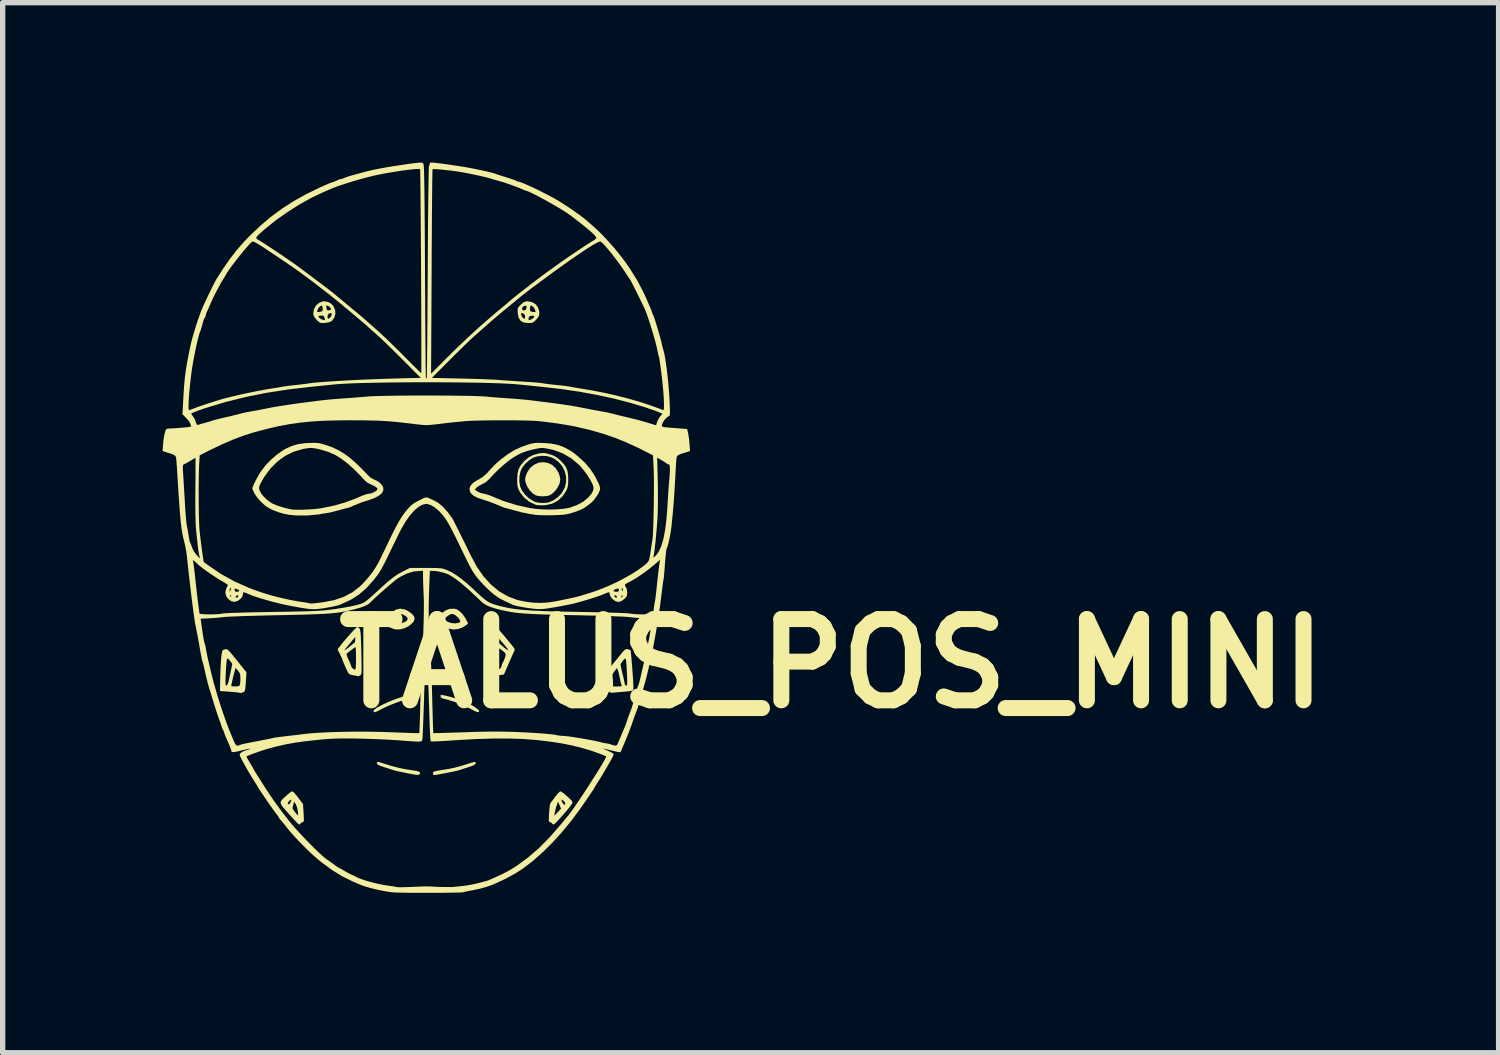
<source format=kicad_pcb>
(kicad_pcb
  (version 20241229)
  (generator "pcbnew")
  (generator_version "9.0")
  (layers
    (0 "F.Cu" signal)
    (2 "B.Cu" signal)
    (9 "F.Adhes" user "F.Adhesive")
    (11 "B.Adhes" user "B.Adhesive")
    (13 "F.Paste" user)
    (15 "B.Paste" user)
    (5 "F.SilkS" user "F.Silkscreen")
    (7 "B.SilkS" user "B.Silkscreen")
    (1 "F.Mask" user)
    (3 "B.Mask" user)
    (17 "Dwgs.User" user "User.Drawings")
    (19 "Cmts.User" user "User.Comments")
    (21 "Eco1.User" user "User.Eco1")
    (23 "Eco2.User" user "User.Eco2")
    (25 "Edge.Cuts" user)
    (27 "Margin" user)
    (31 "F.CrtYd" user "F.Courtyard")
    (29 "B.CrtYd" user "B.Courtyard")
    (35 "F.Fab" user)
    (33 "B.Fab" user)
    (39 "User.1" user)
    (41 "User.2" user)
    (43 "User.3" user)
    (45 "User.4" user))
  (footprint "TALUS_POS_MINI"
    (layer "F.Cu")
    (at 4.933 6.86)
    (property "Reference" "TALUS_POS_MINI" (at 7.62 2.54 0) (layer "F.SilkS") (effects (font (size 1.524 1.524) (thickness 0.3))))
    (attr board_only exclude_from_pos_files exclude_from_bom)
    (fp_poly (pts (xy 2.292 -1.226) (xy 2.372 -1.19) (xy 2.44 -1.13) (xy 2.493 -1.048) (xy 2.503 -1.025) (xy 2.519 -0.972) (xy 2.528 -0.924) (xy 2.529 -0.912) (xy 2.516 -0.839) (xy 2.48 -0.764) (xy 2.428 -0.694) (xy 2.367 -0.639) (xy 2.32 -0.614) (xy 2.267 -0.602) (xy 2.2 -0.598) (xy 2.132 -0.602) (xy 2.078 -0.613) (xy 2.073 -0.614) (xy 2.009 -0.654) (xy 1.951 -0.716) (xy 1.904 -0.791) (xy 1.875 -0.868) (xy 1.869 -0.917) (xy 1.876 -0.96) (xy 1.895 -1.014) (xy 1.912 -1.054) (xy 1.969 -1.136) (xy 2.041 -1.194) (xy 2.122 -1.229) (xy 2.207 -1.239)) (stroke (width 0) (type solid)) (fill yes) (layer "F.SilkS"))
    (fp_poly (pts (xy -0.883 4.386) (xy -0.847 4.395) (xy -0.789 4.414) (xy -0.76 4.423) (xy -0.633 4.462) (xy -0.519 4.492) (xy -0.404 4.517) (xy -0.275 4.538) (xy -0.199 4.55) (xy -0.149 4.56) (xy -0.12 4.569) (xy -0.106 4.58) (xy -0.102 4.594) (xy -0.102 4.595) (xy -0.113 4.62) (xy -0.146 4.629) (xy -0.204 4.623) (xy -0.284 4.608) (xy -0.368 4.592) (xy -0.449 4.575) (xy -0.519 4.56) (xy -0.571 4.548) (xy -0.597 4.541) (xy -0.629 4.53) (xy -0.682 4.513) (xy -0.747 4.492) (xy -0.774 4.484) (xy -0.842 4.46) (xy -0.885 4.442) (xy -0.906 4.425) (xy -0.911 4.411) (xy -0.91 4.395) (xy -0.902 4.386)) (stroke (width 0) (type solid)) (fill yes) (layer "F.SilkS"))
    (fp_poly (pts (xy -0.254 3.132) (xy -0.251 3.144) (xy -0.251 3.157) (xy -0.263 3.184) (xy -0.282 3.189) (xy -0.312 3.196) (xy -0.322 3.204) (xy -0.344 3.217) (xy -0.364 3.22) (xy -0.402 3.226) (xy -0.462 3.244) (xy -0.536 3.269) (xy -0.618 3.301) (xy -0.701 3.335) (xy -0.777 3.37) (xy -0.81 3.387) (xy -0.88 3.423) (xy -0.926 3.444) (xy -0.955 3.453) (xy -0.969 3.449) (xy -0.974 3.434) (xy -0.974 3.426) (xy -0.96 3.404) (xy -0.921 3.374) (xy -0.861 3.34) (xy -0.787 3.302) (xy -0.701 3.263) (xy -0.611 3.226) (xy -0.519 3.192) (xy -0.432 3.164) (xy -0.354 3.144) (xy -0.349 3.143) (xy -0.296 3.132) (xy -0.266 3.128)) (stroke (width 0) (type solid)) (fill yes) (layer "F.SilkS"))
    (fp_poly (pts (xy 0.939 4.391) (xy 0.942 4.404) (xy 0.942 4.411) (xy 0.935 4.428) (xy 0.911 4.444) (xy 0.865 4.463) (xy 0.805 4.484) (xy 0.739 4.505) (xy 0.68 4.524) (xy 0.638 4.538) (xy 0.628 4.541) (xy 0.596 4.55) (xy 0.54 4.562) (xy 0.469 4.577) (xy 0.39 4.593) (xy 0.31 4.608) (xy 0.238 4.621) (xy 0.208 4.626) (xy 0.166 4.631) (xy 0.147 4.627) (xy 0.142 4.61) (xy 0.141 4.6) (xy 0.143 4.583) (xy 0.152 4.571) (xy 0.174 4.562) (xy 0.215 4.553) (xy 0.278 4.542) (xy 0.31 4.537) (xy 0.437 4.516) (xy 0.55 4.493) (xy 0.663 4.463) (xy 0.79 4.423) (xy 0.792 4.423) (xy 0.86 4.401) (xy 0.904 4.389) (xy 0.928 4.385)) (stroke (width 0) (type solid)) (fill yes) (layer "F.SilkS"))
    (fp_poly (pts (xy 0.342 3.135) (xy 0.38 3.143) (xy 0.473 3.166) (xy 0.577 3.199) (xy 0.678 3.237) (xy 0.715 3.252) (xy 0.757 3.27) (xy 0.788 3.283) (xy 0.794 3.285) (xy 0.838 3.305) (xy 0.889 3.333) (xy 0.938 3.366) (xy 0.979 3.396) (xy 1.002 3.42) (xy 1.005 3.428) (xy 1.002 3.446) (xy 0.989 3.453) (xy 0.962 3.446) (xy 0.917 3.427) (xy 0.85 3.392) (xy 0.836 3.385) (xy 0.775 3.354) (xy 0.721 3.327) (xy 0.682 3.31) (xy 0.671 3.306) (xy 0.631 3.292) (xy 0.589 3.274) (xy 0.545 3.258) (xy 0.479 3.237) (xy 0.402 3.215) (xy 0.324 3.195) (xy 0.318 3.194) (xy 0.289 3.175) (xy 0.283 3.155) (xy 0.283 3.138) (xy 0.288 3.129) (xy 0.306 3.129)) (stroke (width 0) (type solid)) (fill yes) (layer "F.SilkS"))
    (fp_poly (pts (xy -0.394 1.522) (xy -0.329 1.553) (xy -0.258 1.604) (xy -0.217 1.65) (xy -0.203 1.694) (xy -0.216 1.739) (xy -0.24 1.774) (xy -0.304 1.83) (xy -0.383 1.872) (xy -0.469 1.897) (xy -0.552 1.9) (xy -0.597 1.89) (xy -0.676 1.859) (xy -0.726 1.826) (xy -0.747 1.788) (xy -0.743 1.747) (xy -0.628 1.747) (xy -0.614 1.767) (xy -0.578 1.781) (xy -0.526 1.786) (xy -0.469 1.783) (xy -0.413 1.77) (xy -0.409 1.769) (xy -0.358 1.742) (xy -0.335 1.712) (xy -0.341 1.679) (xy -0.345 1.673) (xy -0.384 1.64) (xy -0.431 1.617) (xy -0.475 1.608) (xy -0.488 1.61) (xy -0.515 1.626) (xy -0.551 1.656) (xy -0.588 1.691) (xy -0.616 1.724) (xy -0.628 1.746) (xy -0.628 1.747) (xy -0.743 1.747) (xy -0.742 1.741) (xy -0.713 1.68) (xy -0.693 1.65) (xy -0.628 1.575) (xy -0.555 1.528) (xy -0.475 1.51)) (stroke (width 0) (type solid)) (fill yes) (layer "F.SilkS"))
    (fp_poly (pts (xy 0.585 1.522) (xy 0.636 1.554) (xy 0.69 1.606) (xy 0.739 1.672) (xy 0.762 1.712) (xy 0.8 1.787) (xy 0.765 1.818) (xy 0.697 1.862) (xy 0.615 1.891) (xy 0.53 1.901) (xy 0.456 1.89) (xy 0.386 1.86) (xy 0.324 1.819) (xy 0.274 1.772) (xy 0.243 1.726) (xy 0.238 1.705) (xy 0.361 1.705) (xy 0.375 1.73) (xy 0.412 1.754) (xy 0.463 1.773) (xy 0.518 1.784) (xy 0.563 1.785) (xy 0.609 1.777) (xy 0.642 1.766) (xy 0.648 1.762) (xy 0.651 1.739) (xy 0.634 1.706) (xy 0.604 1.669) (xy 0.567 1.637) (xy 0.537 1.619) (xy 0.505 1.609) (xy 0.477 1.613) (xy 0.44 1.632) (xy 0.426 1.64) (xy 0.388 1.669) (xy 0.365 1.695) (xy 0.361 1.705) (xy 0.238 1.705) (xy 0.236 1.696) (xy 0.251 1.651) (xy 0.295 1.601) (xy 0.367 1.549) (xy 0.379 1.542) (xy 0.453 1.514) (xy 0.534 1.51)) (stroke (width 0) (type solid)) (fill yes) (layer "F.SilkS"))
    (fp_poly (pts (xy -2.478 4.95) (xy -2.446 4.984) (xy -2.407 5.031) (xy -2.386 5.058) (xy -2.298 5.176) (xy -2.287 5.345) (xy -2.283 5.421) (xy -2.282 5.471) (xy -2.285 5.499) (xy -2.292 5.512) (xy -2.299 5.514) (xy -2.327 5.525) (xy -2.341 5.537) (xy -2.362 5.557) (xy -2.371 5.561) (xy -2.386 5.55) (xy -2.416 5.52) (xy -2.458 5.477) (xy -2.493 5.439) (xy -2.573 5.35) (xy -2.635 5.281) (xy -2.674 5.234) (xy -2.492 5.234) (xy -2.491 5.262) (xy -2.475 5.291) (xy -2.45 5.323) (xy -2.42 5.36) (xy -2.398 5.383) (xy -2.391 5.388) (xy -2.39 5.374) (xy -2.392 5.338) (xy -2.396 5.305) (xy -2.408 5.248) (xy -2.425 5.196) (xy -2.435 5.177) (xy -2.463 5.131) (xy -2.482 5.195) (xy -2.492 5.234) (xy -2.674 5.234) (xy -2.679 5.228) (xy -2.706 5.188) (xy -2.715 5.164) (xy -2.585 5.164) (xy -2.584 5.169) (xy -2.565 5.183) (xy -2.544 5.166) (xy -2.531 5.142) (xy -2.52 5.111) (xy -2.519 5.094) (xy -2.534 5.097) (xy -2.556 5.117) (xy -2.576 5.143) (xy -2.585 5.164) (xy -2.715 5.164) (xy -2.718 5.156) (xy -2.715 5.129) (xy -2.7 5.104) (xy -2.673 5.076) (xy -2.636 5.041) (xy -2.628 5.034) (xy -2.579 4.99) (xy -2.536 4.957) (xy -2.506 4.939) (xy -2.498 4.937)) (stroke (width 0) (type solid)) (fill yes) (layer "F.SilkS"))
    (fp_poly (pts (xy 2.55 4.945) (xy 2.588 4.971) (xy 2.635 5.01) (xy 2.66 5.033) (xy 2.711 5.08) (xy 2.741 5.111) (xy 2.755 5.133) (xy 2.756 5.151) (xy 2.748 5.17) (xy 2.727 5.201) (xy 2.692 5.248) (xy 2.646 5.303) (xy 2.595 5.363) (xy 2.542 5.423) (xy 2.492 5.478) (xy 2.449 5.522) (xy 2.418 5.551) (xy 2.403 5.561) (xy 2.385 5.55) (xy 2.372 5.537) (xy 2.345 5.517) (xy 2.33 5.514) (xy 2.321 5.509) (xy 2.315 5.491) (xy 2.314 5.454) (xy 2.316 5.396) (xy 2.418 5.396) (xy 2.543 5.262) (xy 2.515 5.196) (xy 2.487 5.13) (xy 2.462 5.2) (xy 2.444 5.259) (xy 2.43 5.319) (xy 2.427 5.333) (xy 2.418 5.396) (xy 2.316 5.396) (xy 2.316 5.395) (xy 2.319 5.345) (xy 2.325 5.275) (xy 2.331 5.215) (xy 2.338 5.175) (xy 2.343 5.161) (xy 2.358 5.141) (xy 2.387 5.103) (xy 2.394 5.094) (xy 2.551 5.094) (xy 2.553 5.11) (xy 2.566 5.143) (xy 2.569 5.15) (xy 2.592 5.181) (xy 2.611 5.19) (xy 2.622 5.173) (xy 2.623 5.163) (xy 2.614 5.142) (xy 2.592 5.117) (xy 2.568 5.098) (xy 2.552 5.093) (xy 2.551 5.094) (xy 2.394 5.094) (xy 2.422 5.055) (xy 2.431 5.042) (xy 2.469 4.994) (xy 2.503 4.957) (xy 2.526 4.938) (xy 2.529 4.937)) (stroke (width 0) (type solid)) (fill yes) (layer "F.SilkS"))
    (fp_poly (pts (xy 2.246 -1.408) (xy 2.315 -1.391) (xy 2.347 -1.382) (xy 2.416 -1.356) (xy 2.471 -1.322) (xy 2.529 -1.272) (xy 2.534 -1.268) (xy 2.598 -1.199) (xy 2.64 -1.136) (xy 2.665 -1.068) (xy 2.676 -0.987) (xy 2.678 -0.919) (xy 2.677 -0.844) (xy 2.671 -0.791) (xy 2.66 -0.748) (xy 2.641 -0.704) (xy 2.64 -0.702) (xy 2.57 -0.596) (xy 2.481 -0.515) (xy 2.376 -0.46) (xy 2.256 -0.432) (xy 2.223 -0.43) (xy 2.161 -0.429) (xy 2.107 -0.432) (xy 2.073 -0.438) (xy 1.953 -0.493) (xy 1.854 -0.571) (xy 1.776 -0.67) (xy 1.759 -0.702) (xy 1.739 -0.745) (xy 1.727 -0.788) (xy 1.722 -0.841) (xy 1.721 -0.874) (xy 1.761 -0.874) (xy 1.776 -0.782) (xy 1.812 -0.702) (xy 1.871 -0.625) (xy 1.947 -0.556) (xy 2.031 -0.505) (xy 2.066 -0.49) (xy 2.131 -0.477) (xy 2.211 -0.473) (xy 2.288 -0.48) (xy 2.323 -0.488) (xy 2.41 -0.528) (xy 2.493 -0.589) (xy 2.556 -0.657) (xy 2.61 -0.753) (xy 2.637 -0.856) (xy 2.638 -0.961) (xy 2.614 -1.064) (xy 2.567 -1.16) (xy 2.497 -1.243) (xy 2.407 -1.308) (xy 2.375 -1.324) (xy 2.282 -1.352) (xy 2.178 -1.358) (xy 2.077 -1.343) (xy 2.023 -1.324) (xy 1.947 -1.277) (xy 1.875 -1.213) (xy 1.818 -1.14) (xy 1.784 -1.073) (xy 1.764 -0.978) (xy 1.761 -0.874) (xy 1.721 -0.874) (xy 1.72 -0.914) (xy 1.72 -0.919) (xy 1.726 -1.021) (xy 1.745 -1.103) (xy 1.782 -1.174) (xy 1.841 -1.245) (xy 1.873 -1.276) (xy 1.94 -1.331) (xy 2.012 -1.368) (xy 2.053 -1.382) (xy 2.129 -1.403) (xy 2.188 -1.411)) (stroke (width 0) (type solid)) (fill yes) (layer "F.SilkS"))
    (fp_poly (pts (xy -3.721 2.274) (xy -3.7 2.29) (xy -3.671 2.319) (xy -3.632 2.365) (xy -3.578 2.431) (xy -3.537 2.482) (xy -3.359 2.704) (xy -3.37 2.882) (xy -3.376 2.959) (xy -3.381 3.011) (xy -3.387 3.043) (xy -3.397 3.062) (xy -3.411 3.073) (xy -3.419 3.077) (xy -3.452 3.09) (xy -3.477 3.091) (xy -3.503 3.085) (xy -3.528 3.081) (xy -3.576 3.076) (xy -3.641 3.071) (xy -3.691 3.067) (xy -3.856 3.055) (xy -3.854 2.962) (xy -3.644 2.962) (xy -3.63 2.966) (xy -3.594 2.968) (xy -3.568 2.969) (xy -3.52 2.967) (xy -3.495 2.958) (xy -3.483 2.94) (xy -3.481 2.933) (xy -3.476 2.898) (xy -3.473 2.845) (xy -3.472 2.812) (xy -3.476 2.755) (xy -3.488 2.714) (xy -3.515 2.676) (xy -3.518 2.673) (xy -3.563 2.62) (xy -3.586 2.704) (xy -3.599 2.754) (xy -3.614 2.813) (xy -3.627 2.873) (xy -3.638 2.923) (xy -3.644 2.956) (xy -3.644 2.962) (xy -3.854 2.962) (xy -3.852 2.872) (xy -3.753 2.872) (xy -3.752 2.916) (xy -3.749 2.941) (xy -3.742 2.951) (xy -3.736 2.953) (xy -3.718 2.938) (xy -3.7 2.895) (xy -3.694 2.871) (xy -3.681 2.813) (xy -3.665 2.74) (xy -3.65 2.667) (xy -3.649 2.667) (xy -3.625 2.545) (xy -3.668 2.488) (xy -3.697 2.454) (xy -3.715 2.445) (xy -3.724 2.453) (xy -3.729 2.475) (xy -3.734 2.523) (xy -3.74 2.591) (xy -3.745 2.671) (xy -3.747 2.714) (xy -3.751 2.807) (xy -3.753 2.872) (xy -3.852 2.872) (xy -3.851 2.812) (xy -3.847 2.68) (xy -3.842 2.562) (xy -3.835 2.461) (xy -3.827 2.381) (xy -3.818 2.324) (xy -3.809 2.295) (xy -3.807 2.293) (xy -3.782 2.279) (xy -3.754 2.27) (xy -3.738 2.269)) (stroke (width 0) (type solid)) (fill yes) (layer "F.SilkS"))
    (fp_poly (pts (xy -1.823 -4.243) (xy -1.763 -4.207) (xy -1.72 -4.154) (xy -1.695 -4.089) (xy -1.691 -4.02) (xy -1.71 -3.952) (xy -1.755 -3.891) (xy -1.759 -3.888) (xy -1.804 -3.865) (xy -1.877 -3.852) (xy -1.886 -3.851) (xy -1.939 -3.849) (xy -1.973 -3.853) (xy -2.001 -3.869) (xy -2.034 -3.901) (xy -2.043 -3.91) (xy -2.081 -3.955) (xy -2.089 -3.971) (xy -2.009 -3.971) (xy -1.991 -3.946) (xy -1.983 -3.939) (xy -1.953 -3.92) (xy -1.918 -3.906) (xy -1.891 -3.903) (xy -1.888 -3.905) (xy -1.888 -3.92) (xy -1.894 -3.949) (xy -1.904 -3.972) (xy -1.838 -3.972) (xy -1.834 -3.937) (xy -1.82 -3.93) (xy -1.792 -3.949) (xy -1.788 -3.953) (xy -1.768 -3.981) (xy -1.759 -4.011) (xy -1.764 -4.033) (xy -1.774 -4.037) (xy -1.816 -4.025) (xy -1.836 -3.991) (xy -1.838 -3.972) (xy -1.904 -3.972) (xy -1.907 -3.978) (xy -1.933 -3.989) (xy -1.957 -3.99) (xy -1.998 -3.985) (xy -2.009 -3.971) (xy -2.089 -3.971) (xy -2.099 -3.992) (xy -2.105 -4.033) (xy -2.105 -4.037) (xy -2.099 -4.069) (xy -2.033 -4.069) (xy -2.027 -4.055) (xy -2 -4.056) (xy -1.969 -4.062) (xy -1.938 -4.071) (xy -1.928 -4.09) (xy -1.929 -4.125) (xy -1.935 -4.16) (xy -1.939 -4.172) (xy -1.864 -4.172) (xy -1.863 -4.154) (xy -1.854 -4.118) (xy -1.854 -4.106) (xy -1.841 -4.089) (xy -1.812 -4.085) (xy -1.779 -4.097) (xy -1.77 -4.112) (xy -1.785 -4.137) (xy -1.791 -4.144) (xy -1.822 -4.169) (xy -1.849 -4.178) (xy -1.864 -4.172) (xy -1.939 -4.172) (xy -1.942 -4.178) (xy -1.943 -4.178) (xy -1.975 -4.165) (xy -2.007 -4.132) (xy -2.024 -4.1) (xy -2.033 -4.069) (xy -2.099 -4.069) (xy -2.091 -4.113) (xy -2.054 -4.178) (xy -1.998 -4.227) (xy -1.93 -4.254) (xy -1.898 -4.257)) (stroke (width 0) (type solid)) (fill yes) (layer "F.SilkS"))
    (fp_poly (pts (xy 1.999 -4.242) (xy 2.064 -4.203) (xy 2.111 -4.143) (xy 2.134 -4.069) (xy 2.136 -4.042) (xy 2.132 -3.997) (xy 2.116 -3.96) (xy 2.082 -3.919) (xy 2.076 -3.912) (xy 2.038 -3.875) (xy 2.006 -3.856) (xy 1.969 -3.85) (xy 1.938 -3.849) (xy 1.886 -3.853) (xy 1.843 -3.86) (xy 1.83 -3.863) (xy 1.78 -3.897) (xy 1.748 -3.949) (xy 1.732 -4.026) (xy 1.792 -4.026) (xy 1.796 -3.997) (xy 1.815 -3.962) (xy 1.842 -3.932) (xy 1.861 -3.932) (xy 1.862 -3.937) (xy 1.935 -3.937) (xy 1.935 -3.907) (xy 1.943 -3.899) (xy 1.943 -3.899) (xy 1.965 -3.91) (xy 1.999 -3.926) (xy 2.034 -3.951) (xy 2.042 -3.973) (xy 2.022 -3.986) (xy 1.991 -3.987) (xy 1.955 -3.979) (xy 1.939 -3.958) (xy 1.935 -3.937) (xy 1.862 -3.937) (xy 1.869 -3.962) (xy 1.869 -3.972) (xy 1.857 -4.015) (xy 1.823 -4.035) (xy 1.805 -4.037) (xy 1.792 -4.026) (xy 1.732 -4.026) (xy 1.732 -4.026) (xy 1.731 -4.038) (xy 1.728 -4.091) (xy 1.732 -4.123) (xy 1.811 -4.123) (xy 1.818 -4.098) (xy 1.846 -4.084) (xy 1.853 -4.084) (xy 1.862 -4.089) (xy 1.96 -4.089) (xy 1.971 -4.069) (xy 2.003 -4.059) (xy 2.045 -4.055) (xy 2.062 -4.057) (xy 2.063 -4.075) (xy 2.055 -4.1) (xy 2.032 -4.141) (xy 1.999 -4.17) (xy 1.974 -4.178) (xy 1.968 -4.165) (xy 1.961 -4.131) (xy 1.961 -4.124) (xy 1.96 -4.089) (xy 1.862 -4.089) (xy 1.88 -4.098) (xy 1.892 -4.125) (xy 1.897 -4.163) (xy 1.885 -4.176) (xy 1.856 -4.171) (xy 1.824 -4.151) (xy 1.811 -4.123) (xy 1.732 -4.123) (xy 1.732 -4.125) (xy 1.748 -4.153) (xy 1.781 -4.186) (xy 1.789 -4.195) (xy 1.833 -4.232) (xy 1.869 -4.251) (xy 1.91 -4.257) (xy 1.921 -4.257)) (stroke (width 0) (type solid)) (fill yes) (layer "F.SilkS"))
    (fp_poly (pts (xy 1.337 1.869) (xy 1.369 1.899) (xy 1.383 1.912) (xy 1.412 1.946) (xy 1.456 1.996) (xy 1.507 2.057) (xy 1.56 2.122) (xy 1.61 2.182) (xy 1.649 2.231) (xy 1.669 2.257) (xy 1.673 2.285) (xy 1.667 2.304) (xy 1.656 2.326) (xy 1.639 2.362) (xy 1.616 2.415) (xy 1.583 2.488) (xy 1.541 2.586) (xy 1.524 2.625) (xy 1.472 2.745) (xy 1.396 2.756) (xy 1.347 2.763) (xy 1.31 2.77) (xy 1.3 2.773) (xy 1.273 2.77) (xy 1.252 2.758) (xy 1.244 2.75) (xy 1.238 2.737) (xy 1.233 2.715) (xy 1.231 2.681) (xy 1.229 2.632) (xy 1.23 2.562) (xy 1.231 2.469) (xy 1.231 2.467) (xy 1.335 2.467) (xy 1.336 2.549) (xy 1.338 2.604) (xy 1.343 2.637) (xy 1.35 2.652) (xy 1.358 2.655) (xy 1.386 2.644) (xy 1.405 2.63) (xy 1.425 2.598) (xy 1.429 2.579) (xy 1.438 2.545) (xy 1.451 2.521) (xy 1.47 2.486) (xy 1.488 2.437) (xy 1.493 2.424) (xy 1.503 2.387) (xy 1.503 2.361) (xy 1.49 2.338) (xy 1.46 2.31) (xy 1.412 2.273) (xy 1.383 2.253) (xy 1.363 2.245) (xy 1.349 2.252) (xy 1.341 2.278) (xy 1.337 2.326) (xy 1.335 2.4) (xy 1.335 2.467) (xy 1.231 2.467) (xy 1.234 2.349) (xy 1.235 2.331) (xy 1.239 2.185) (xy 1.244 2.069) (xy 1.246 2.04) (xy 1.351 2.04) (xy 1.351 2.096) (xy 1.354 2.133) (xy 1.361 2.151) (xy 1.363 2.152) (xy 1.381 2.162) (xy 1.412 2.186) (xy 1.423 2.195) (xy 1.459 2.227) (xy 1.499 2.258) (xy 1.533 2.282) (xy 1.552 2.293) (xy 1.549 2.282) (xy 1.541 2.266) (xy 1.524 2.242) (xy 1.492 2.202) (xy 1.451 2.153) (xy 1.438 2.139) (xy 1.351 2.04) (xy 1.246 2.04) (xy 1.251 1.98) (xy 1.26 1.915) (xy 1.273 1.874) (xy 1.289 1.854) (xy 1.31 1.853)) (stroke (width 0) (type solid)) (fill yes) (layer "F.SilkS"))
    (fp_poly (pts (xy 3.794 2.271) (xy 3.829 2.28) (xy 3.847 2.287) (xy 3.849 2.293) (xy 3.852 2.309) (xy 3.855 2.337) (xy 3.859 2.381) (xy 3.865 2.443) (xy 3.871 2.527) (xy 3.88 2.635) (xy 3.89 2.77) (xy 3.894 2.827) (xy 3.899 2.914) (xy 3.901 2.981) (xy 3.899 3.025) (xy 3.894 3.041) (xy 3.873 3.049) (xy 3.828 3.058) (xy 3.767 3.065) (xy 3.725 3.068) (xy 3.653 3.074) (xy 3.588 3.08) (xy 3.54 3.085) (xy 3.524 3.088) (xy 3.474 3.086) (xy 3.445 3.068) (xy 3.43 3.052) (xy 3.419 3.028) (xy 3.412 2.991) (xy 3.406 2.935) (xy 3.402 2.867) (xy 3.396 2.764) (xy 3.507 2.764) (xy 3.51 2.786) (xy 3.515 2.832) (xy 3.518 2.887) (xy 3.519 2.9) (xy 3.519 2.969) (xy 3.606 2.969) (xy 3.655 2.968) (xy 3.678 2.963) (xy 3.683 2.953) (xy 3.678 2.941) (xy 3.668 2.912) (xy 3.656 2.863) (xy 3.646 2.812) (xy 3.633 2.751) (xy 3.62 2.697) (xy 3.61 2.667) (xy 3.593 2.624) (xy 3.547 2.682) (xy 3.517 2.727) (xy 3.507 2.764) (xy 3.396 2.764) (xy 3.392 2.694) (xy 3.444 2.636) (xy 3.474 2.601) (xy 3.507 2.56) (xy 3.66 2.56) (xy 3.664 2.585) (xy 3.673 2.632) (xy 3.688 2.695) (xy 3.699 2.741) (xy 3.716 2.81) (xy 3.729 2.869) (xy 3.737 2.911) (xy 3.738 2.926) (xy 3.751 2.949) (xy 3.764 2.953) (xy 3.774 2.95) (xy 3.781 2.94) (xy 3.784 2.916) (xy 3.785 2.874) (xy 3.783 2.811) (xy 3.78 2.721) (xy 3.779 2.717) (xy 3.775 2.632) (xy 3.77 2.558) (xy 3.765 2.499) (xy 3.761 2.463) (xy 3.759 2.456) (xy 3.749 2.446) (xy 3.73 2.457) (xy 3.705 2.484) (xy 3.677 2.522) (xy 3.661 2.553) (xy 3.66 2.56) (xy 3.507 2.56) (xy 3.517 2.548) (xy 3.568 2.485) (xy 3.621 2.42) (xy 3.673 2.355) (xy 3.71 2.311) (xy 3.737 2.284) (xy 3.757 2.271) (xy 3.776 2.269)) (stroke (width 0) (type solid)) (fill yes) (layer "F.SilkS"))
    (fp_poly (pts (xy -1.256 1.864) (xy -1.238 1.881) (xy -1.23 1.895) (xy -1.224 1.919) (xy -1.219 1.958) (xy -1.214 2.014) (xy -1.211 2.091) (xy -1.207 2.193) (xy -1.204 2.323) (xy -1.204 2.323) (xy -1.201 2.448) (xy -1.199 2.546) (xy -1.198 2.62) (xy -1.199 2.673) (xy -1.201 2.71) (xy -1.205 2.733) (xy -1.211 2.748) (xy -1.219 2.757) (xy -1.221 2.758) (xy -1.246 2.774) (xy -1.257 2.778) (xy -1.275 2.774) (xy -1.315 2.767) (xy -1.351 2.76) (xy -1.403 2.749) (xy -1.433 2.735) (xy -1.453 2.711) (xy -1.464 2.688) (xy -1.496 2.619) (xy -1.523 2.557) (xy -1.543 2.509) (xy -1.554 2.48) (xy -1.555 2.475) (xy -1.561 2.458) (xy -1.578 2.42) (xy -1.602 2.371) (xy -1.602 2.369) (xy -1.609 2.356) (xy -1.481 2.356) (xy -1.48 2.374) (xy -1.468 2.412) (xy -1.446 2.461) (xy -1.445 2.463) (xy -1.421 2.515) (xy -1.404 2.557) (xy -1.398 2.579) (xy -1.398 2.579) (xy -1.386 2.608) (xy -1.36 2.637) (xy -1.331 2.654) (xy -1.325 2.655) (xy -1.316 2.648) (xy -1.31 2.626) (xy -1.306 2.584) (xy -1.304 2.519) (xy -1.304 2.443) (xy -1.304 2.365) (xy -1.306 2.3) (xy -1.309 2.254) (xy -1.313 2.232) (xy -1.314 2.231) (xy -1.33 2.24) (xy -1.364 2.264) (xy -1.409 2.298) (xy -1.457 2.336) (xy -1.481 2.356) (xy -1.609 2.356) (xy -1.642 2.288) (xy -1.522 2.288) (xy -1.519 2.29) (xy -1.494 2.275) (xy -1.484 2.269) (xy -1.44 2.237) (xy -1.394 2.199) (xy -1.39 2.195) (xy -1.358 2.168) (xy -1.335 2.153) (xy -1.331 2.152) (xy -1.324 2.138) (xy -1.32 2.104) (xy -1.319 2.096) (xy -1.319 2.039) (xy -1.393 2.131) (xy -1.43 2.176) (xy -1.459 2.211) (xy -1.475 2.23) (xy -1.476 2.231) (xy -1.491 2.248) (xy -1.508 2.269) (xy -1.522 2.288) (xy -1.642 2.288) (xy -1.649 2.272) (xy -1.594 2.2) (xy -1.547 2.141) (xy -1.493 2.078) (xy -1.438 2.014) (xy -1.385 1.956) (xy -1.339 1.906) (xy -1.303 1.871) (xy -1.282 1.854) (xy -1.279 1.854)) (stroke (width 0) (type solid)) (fill yes) (layer "F.SilkS"))
    (fp_poly (pts (xy -2.044 -1.6) (xy -1.991 -1.594) (xy -1.937 -1.581) (xy -1.874 -1.562) (xy -1.751 -1.519) (xy -1.636 -1.465) (xy -1.525 -1.398) (xy -1.413 -1.316) (xy -1.297 -1.214) (xy -1.171 -1.09) (xy -1.081 -0.995) (xy -1.034 -0.953) (xy -0.981 -0.92) (xy -0.96 -0.912) (xy -0.899 -0.882) (xy -0.844 -0.839) (xy -0.805 -0.79) (xy -0.791 -0.759) (xy -0.792 -0.703) (xy -0.824 -0.65) (xy -0.886 -0.602) (xy -0.977 -0.558) (xy -1.06 -0.529) (xy -1.131 -0.506) (xy -1.199 -0.483) (xy -1.272 -0.455) (xy -1.361 -0.418) (xy -1.408 -0.398) (xy -1.446 -0.384) (xy -1.47 -0.377) (xy -1.471 -0.377) (xy -1.492 -0.373) (xy -1.534 -0.362) (xy -1.587 -0.347) (xy -1.798 -0.293) (xy -2.015 -0.257) (xy -2.229 -0.238) (xy -2.432 -0.239) (xy -2.56 -0.251) (xy -2.658 -0.271) (xy -2.765 -0.302) (xy -2.867 -0.341) (xy -2.935 -0.374) (xy -3.014 -0.428) (xy -3.093 -0.501) (xy -3.162 -0.581) (xy -3.211 -0.657) (xy -3.233 -0.703) (xy -3.247 -0.737) (xy -3.249 -0.75) (xy -3.243 -0.767) (xy -3.122 -0.767) (xy -3.12 -0.735) (xy -3.113 -0.71) (xy -3.084 -0.653) (xy -3.034 -0.591) (xy -2.97 -0.53) (xy -2.898 -0.478) (xy -2.859 -0.457) (xy -2.765 -0.418) (xy -2.646 -0.382) (xy -2.537 -0.356) (xy -2.481 -0.349) (xy -2.401 -0.346) (xy -2.306 -0.347) (xy -2.203 -0.351) (xy -2.1 -0.358) (xy -2.004 -0.368) (xy -1.94 -0.378) (xy -1.715 -0.424) (xy -1.508 -0.483) (xy -1.306 -0.558) (xy -1.22 -0.596) (xy -1.162 -0.619) (xy -1.11 -0.637) (xy -1.076 -0.644) (xy -1.074 -0.644) (xy -1.02 -0.653) (xy -0.963 -0.676) (xy -0.919 -0.706) (xy -0.912 -0.714) (xy -0.899 -0.735) (xy -0.907 -0.753) (xy -0.928 -0.77) (xy -0.967 -0.794) (xy -1.018 -0.819) (xy -1.036 -0.826) (xy -1.088 -0.854) (xy -1.134 -0.89) (xy -1.144 -0.902) (xy -1.17 -0.931) (xy -1.213 -0.977) (xy -1.267 -1.032) (xy -1.326 -1.091) (xy -1.33 -1.095) (xy -1.46 -1.213) (xy -1.582 -1.306) (xy -1.702 -1.379) (xy -1.828 -1.433) (xy -1.964 -1.474) (xy -1.971 -1.476) (xy -2.048 -1.493) (xy -2.106 -1.503) (xy -2.156 -1.506) (xy -2.208 -1.501) (xy -2.274 -1.49) (xy -2.306 -1.484) (xy -2.473 -1.435) (xy -2.631 -1.358) (xy -2.775 -1.253) (xy -2.906 -1.123) (xy -3.021 -0.968) (xy -3.088 -0.852) (xy -3.112 -0.802) (xy -3.122 -0.767) (xy -3.243 -0.767) (xy -3.236 -0.788) (xy -3.211 -0.844) (xy -3.178 -0.91) (xy -3.141 -0.978) (xy -3.105 -1.039) (xy -3.086 -1.068) (xy -3 -1.18) (xy -2.895 -1.288) (xy -2.781 -1.386) (xy -2.666 -1.466) (xy -2.608 -1.498) (xy -2.501 -1.545) (xy -2.396 -1.575) (xy -2.28 -1.593) (xy -2.188 -1.599) (xy -2.106 -1.601)) (stroke (width 0) (type solid)) (fill yes) (layer "F.SilkS"))
    (fp_poly (pts (xy 2.211 -1.598) (xy 2.228 -1.598) (xy 2.354 -1.588) (xy 2.458 -1.569) (xy 2.552 -1.539) (xy 2.645 -1.496) (xy 2.648 -1.494) (xy 2.704 -1.463) (xy 2.747 -1.436) (xy 2.788 -1.407) (xy 2.838 -1.367) (xy 2.866 -1.343) (xy 2.988 -1.232) (xy 3.086 -1.118) (xy 3.169 -0.994) (xy 3.212 -0.913) (xy 3.248 -0.84) (xy 3.269 -0.786) (xy 3.276 -0.745) (xy 3.271 -0.709) (xy 3.253 -0.67) (xy 3.242 -0.649) (xy 3.214 -0.603) (xy 3.189 -0.567) (xy 3.179 -0.554) (xy 3.159 -0.53) (xy 3.155 -0.522) (xy 3.138 -0.503) (xy 3.103 -0.473) (xy 3.058 -0.437) (xy 3.009 -0.402) (xy 2.965 -0.373) (xy 2.952 -0.365) (xy 2.911 -0.346) (xy 2.851 -0.322) (xy 2.783 -0.298) (xy 2.764 -0.292) (xy 2.703 -0.274) (xy 2.647 -0.261) (xy 2.587 -0.253) (xy 2.515 -0.248) (xy 2.42 -0.244) (xy 2.403 -0.244) (xy 2.31 -0.242) (xy 2.218 -0.243) (xy 2.136 -0.245) (xy 2.074 -0.25) (xy 2.065 -0.25) (xy 1.938 -0.27) (xy 1.794 -0.3) (xy 1.647 -0.339) (xy 1.619 -0.347) (xy 1.566 -0.362) (xy 1.524 -0.373) (xy 1.504 -0.377) (xy 1.481 -0.383) (xy 1.444 -0.398) (xy 1.44 -0.399) (xy 1.315 -0.452) (xy 1.19 -0.5) (xy 1.077 -0.537) (xy 1.076 -0.537) (xy 0.977 -0.571) (xy 0.905 -0.608) (xy 0.858 -0.65) (xy 0.839 -0.678) (xy 0.827 -0.726) (xy 0.925 -0.726) (xy 0.966 -0.694) (xy 1.008 -0.671) (xy 1.062 -0.654) (xy 1.081 -0.651) (xy 1.138 -0.638) (xy 1.204 -0.616) (xy 1.241 -0.601) (xy 1.47 -0.507) (xy 1.714 -0.432) (xy 1.964 -0.377) (xy 2.072 -0.362) (xy 2.195 -0.353) (xy 2.324 -0.35) (xy 2.452 -0.353) (xy 2.568 -0.362) (xy 2.666 -0.376) (xy 2.702 -0.384) (xy 2.839 -0.432) (xy 2.957 -0.496) (xy 3.045 -0.567) (xy 3.107 -0.636) (xy 3.142 -0.696) (xy 3.153 -0.749) (xy 3.151 -0.775) (xy 3.131 -0.832) (xy 3.093 -0.905) (xy 3.042 -0.987) (xy 2.982 -1.07) (xy 2.918 -1.148) (xy 2.875 -1.194) (xy 2.736 -1.31) (xy 2.581 -1.401) (xy 2.411 -1.465) (xy 2.319 -1.487) (xy 2.255 -1.499) (xy 2.207 -1.505) (xy 2.164 -1.505) (xy 2.117 -1.498) (xy 2.054 -1.485) (xy 2.024 -1.478) (xy 1.916 -1.451) (xy 1.825 -1.42) (xy 1.741 -1.381) (xy 1.65 -1.327) (xy 1.61 -1.301) (xy 1.541 -1.25) (xy 1.459 -1.182) (xy 1.371 -1.103) (xy 1.287 -1.02) (xy 1.212 -0.94) (xy 1.193 -0.918) (xy 1.132 -0.863) (xy 1.065 -0.826) (xy 1.014 -0.801) (xy 0.971 -0.773) (xy 0.958 -0.762) (xy 0.925 -0.726) (xy 0.827 -0.726) (xy 0.825 -0.735) (xy 0.842 -0.791) (xy 0.888 -0.846) (xy 0.964 -0.897) (xy 0.992 -0.911) (xy 1.075 -0.962) (xy 1.151 -1.029) (xy 1.159 -1.038) (xy 1.224 -1.109) (xy 1.274 -1.162) (xy 1.314 -1.203) (xy 1.352 -1.238) (xy 1.392 -1.272) (xy 1.419 -1.294) (xy 1.548 -1.39) (xy 1.67 -1.465) (xy 1.796 -1.524) (xy 1.911 -1.564) (xy 1.973 -1.583) (xy 2.024 -1.594) (xy 2.074 -1.6) (xy 2.133 -1.601)) (stroke (width 0) (type solid)) (fill yes) (layer "F.SilkS"))
    (fp_poly (pts (xy -0.06 -6.857) (xy -0.045 -6.845) (xy -0.035 -6.821) (xy -0.032 -6.798) (xy -0.029 -6.743) (xy -0.026 -6.658) (xy -0.024 -6.541) (xy -0.021 -6.394) (xy -0.019 -6.216) (xy -0.017 -6.008) (xy -0.015 -5.769) (xy -0.013 -5.501) (xy -0.011 -5.203) (xy -0.009 -4.874) (xy -0.009 -4.8) (xy -0.008 -4.553) (xy -0.006 -4.315) (xy -0.005 -4.088) (xy -0.004 -3.873) (xy -0.002 -3.673) (xy -0.001 -3.489) (xy 0.001 -3.323) (xy 0.002 -3.177) (xy 0.003 -3.053) (xy 0.005 -2.953) (xy 0.006 -2.878) (xy 0.007 -2.832) (xy 0.008 -2.814) (xy 0.008 -2.814) (xy 0.024 -2.814) (xy 0.024 -2.82) (xy 0.12 -2.82) (xy 0.653 -2.808) (xy 0.79 -2.805) (xy 0.927 -2.801) (xy 1.057 -2.797) (xy 1.176 -2.792) (xy 1.277 -2.788) (xy 1.354 -2.783) (xy 1.382 -2.781) (xy 1.468 -2.774) (xy 1.574 -2.767) (xy 1.689 -2.759) (xy 1.804 -2.752) (xy 1.861 -2.748) (xy 1.957 -2.742) (xy 2.047 -2.735) (xy 2.123 -2.728) (xy 2.18 -2.722) (xy 2.207 -2.718) (xy 2.247 -2.711) (xy 2.31 -2.703) (xy 2.387 -2.694) (xy 2.466 -2.686) (xy 2.548 -2.678) (xy 2.625 -2.669) (xy 2.687 -2.66) (xy 2.725 -2.653) (xy 2.769 -2.644) (xy 2.833 -2.633) (xy 2.906 -2.621) (xy 2.937 -2.616) (xy 3.146 -2.581) (xy 3.364 -2.538) (xy 3.584 -2.488) (xy 3.801 -2.433) (xy 4.006 -2.374) (xy 4.194 -2.314) (xy 4.359 -2.254) (xy 4.375 -2.248) (xy 4.421 -2.23) (xy 4.456 -2.218) (xy 4.467 -2.216) (xy 4.472 -2.23) (xy 4.474 -2.272) (xy 4.474 -2.335) (xy 4.472 -2.417) (xy 4.47 -2.447) (xy 4.466 -2.519) (xy 4.458 -2.606) (xy 4.449 -2.704) (xy 4.438 -2.807) (xy 4.426 -2.909) (xy 4.413 -3.006) (xy 4.401 -3.093) (xy 4.39 -3.164) (xy 4.381 -3.214) (xy 4.374 -3.237) (xy 4.367 -3.258) (xy 4.358 -3.301) (xy 4.35 -3.341) (xy 4.335 -3.41) (xy 4.312 -3.501) (xy 4.282 -3.608) (xy 4.249 -3.721) (xy 4.213 -3.836) (xy 4.178 -3.943) (xy 4.145 -4.035) (xy 4.117 -4.107) (xy 4.117 -4.108) (xy 4.102 -4.14) (xy 4.077 -4.192) (xy 4.045 -4.258) (xy 4.008 -4.333) (xy 3.97 -4.411) (xy 3.932 -4.486) (xy 3.898 -4.554) (xy 3.87 -4.609) (xy 3.851 -4.645) (xy 3.844 -4.657) (xy 3.83 -4.677) (xy 3.803 -4.716) (xy 3.769 -4.767) (xy 3.754 -4.791) (xy 3.688 -4.889) (xy 3.617 -4.988) (xy 3.544 -5.085) (xy 3.474 -5.175) (xy 3.408 -5.254) (xy 3.352 -5.318) (xy 3.306 -5.362) (xy 3.284 -5.379) (xy 3.261 -5.376) (xy 3.215 -5.355) (xy 3.148 -5.317) (xy 3.06 -5.263) (xy 2.954 -5.194) (xy 2.831 -5.111) (xy 2.694 -5.016) (xy 2.543 -4.908) (xy 2.38 -4.791) (xy 2.215 -4.669) (xy 2.08 -4.569) (xy 1.97 -4.487) (xy 1.885 -4.422) (xy 1.824 -4.375) (xy 1.787 -4.346) (xy 1.775 -4.335) (xy 1.761 -4.323) (xy 1.726 -4.294) (xy 1.676 -4.252) (xy 1.612 -4.201) (xy 1.547 -4.147) (xy 1.462 -4.077) (xy 1.372 -4.002) (xy 1.285 -3.928) (xy 1.211 -3.864) (xy 1.178 -3.835) (xy 1.106 -3.772) (xy 1.029 -3.703) (xy 0.957 -3.639) (xy 0.911 -3.599) (xy 0.869 -3.561) (xy 0.809 -3.505) (xy 0.736 -3.434) (xy 0.652 -3.352) (xy 0.563 -3.264) (xy 0.472 -3.173) (xy 0.457 -3.158) (xy 0.12 -2.82) (xy 0.024 -2.82) (xy 0.025 -2.831) (xy 0.026 -2.877) (xy 0.026 -2.898) (xy 0.105 -2.898) (xy 0.41 -3.205) (xy 0.51 -3.304) (xy 0.622 -3.413) (xy 0.739 -3.524) (xy 0.852 -3.63) (xy 0.955 -3.724) (xy 0.997 -3.763) (xy 1.085 -3.84) (xy 1.174 -3.917) (xy 1.257 -3.989) (xy 1.33 -4.052) (xy 1.388 -4.099) (xy 1.406 -4.114) (xy 1.46 -4.158) (xy 1.506 -4.196) (xy 1.538 -4.223) (xy 1.547 -4.233) (xy 1.566 -4.25) (xy 1.603 -4.281) (xy 1.654 -4.323) (xy 1.712 -4.369) (xy 1.771 -4.417) (xy 1.826 -4.459) (xy 1.869 -4.493) (xy 1.915 -4.527) (xy 1.957 -4.561) (xy 1.962 -4.565) (xy 1.992 -4.588) (xy 2.041 -4.625) (xy 2.102 -4.671) (xy 2.169 -4.722) (xy 2.236 -4.771) (xy 2.297 -4.816) (xy 2.345 -4.85) (xy 2.372 -4.87) (xy 2.408 -4.895) (xy 2.451 -4.926) (xy 2.459 -4.932) (xy 2.522 -4.978) (xy 2.605 -5.036) (xy 2.702 -5.103) (xy 2.805 -5.172) (xy 2.908 -5.241) (xy 3.004 -5.305) (xy 3.088 -5.358) (xy 3.133 -5.386) (xy 3.181 -5.416) (xy 3.203 -5.438) (xy 3.202 -5.46) (xy 3.178 -5.491) (xy 3.147 -5.523) (xy 3.106 -5.56) (xy 3.047 -5.611) (xy 2.975 -5.67) (xy 2.895 -5.734) (xy 2.815 -5.796) (xy 2.741 -5.853) (xy 2.677 -5.899) (xy 2.663 -5.909) (xy 2.596 -5.952) (xy 2.515 -6.002) (xy 2.424 -6.055) (xy 2.329 -6.11) (xy 2.233 -6.163) (xy 2.141 -6.213) (xy 2.056 -6.257) (xy 1.985 -6.293) (xy 1.93 -6.318) (xy 1.897 -6.33) (xy 1.892 -6.33) (xy 1.872 -6.336) (xy 1.837 -6.351) (xy 1.832 -6.353) (xy 1.758 -6.384) (xy 1.667 -6.419) (xy 1.569 -6.455) (xy 1.474 -6.487) (xy 1.392 -6.511) (xy 1.359 -6.52) (xy 1.3 -6.536) (xy 1.239 -6.555) (xy 1.233 -6.557) (xy 1.176 -6.574) (xy 1.093 -6.594) (xy 0.992 -6.617) (xy 0.879 -6.641) (xy 0.759 -6.665) (xy 0.707 -6.675) (xy 0.636 -6.687) (xy 0.553 -6.699) (xy 0.465 -6.71) (xy 0.376 -6.72) (xy 0.294 -6.729) (xy 0.223 -6.734) (xy 0.169 -6.737) (xy 0.137 -6.737) (xy 0.132 -6.735) (xy 0.131 -6.719) (xy 0.13 -6.673) (xy 0.129 -6.599) (xy 0.127 -6.5) (xy 0.126 -6.377) (xy 0.124 -6.232) (xy 0.123 -6.068) (xy 0.121 -5.885) (xy 0.12 -5.686) (xy 0.119 -5.473) (xy 0.117 -5.248) (xy 0.116 -5.012) (xy 0.115 -4.813) (xy 0.105 -2.898) (xy 0.026 -2.898) (xy 0.027 -2.95) (xy 0.028 -3.05) (xy 0.03 -3.173) (xy 0.031 -3.318) (xy 0.033 -3.483) (xy 0.034 -3.667) (xy 0.036 -3.867) (xy 0.037 -4.081) (xy 0.039 -4.308) (xy 0.04 -4.546) (xy 0.042 -4.793) (xy 0.042 -4.805) (xy 0.043 -5.052) (xy 0.045 -5.29) (xy 0.046 -5.518) (xy 0.048 -5.733) (xy 0.05 -5.933) (xy 0.052 -6.118) (xy 0.054 -6.284) (xy 0.056 -6.43) (xy 0.058 -6.555) (xy 0.06 -6.655) (xy 0.062 -6.73) (xy 0.064 -6.777) (xy 0.065 -6.795) (xy 0.065 -6.795) (xy 0.076 -6.816) (xy 0.079 -6.834) (xy 0.082 -6.851) (xy 0.095 -6.859) (xy 0.127 -6.86) (xy 0.169 -6.856) (xy 0.237 -6.849) (xy 0.314 -6.839) (xy 0.361 -6.833) (xy 0.424 -6.824) (xy 0.504 -6.812) (xy 0.588 -6.8) (xy 0.62 -6.795) (xy 0.713 -6.78) (xy 0.817 -6.762) (xy 0.925 -6.741) (xy 1.032 -6.719) (xy 1.132 -6.697) (xy 1.218 -6.677) (xy 1.284 -6.659) (xy 1.321 -6.647) (xy 1.351 -6.636) (xy 1.404 -6.619) (xy 1.47 -6.597) (xy 1.524 -6.581) (xy 1.592 -6.559) (xy 1.649 -6.539) (xy 1.689 -6.524) (xy 1.704 -6.516) (xy 1.732 -6.504) (xy 1.74 -6.503) (xy 1.771 -6.496) (xy 1.826 -6.476) (xy 1.898 -6.445) (xy 1.984 -6.406) (xy 2.08 -6.361) (xy 2.179 -6.312) (xy 2.279 -6.261) (xy 2.374 -6.211) (xy 2.459 -6.163) (xy 2.505 -6.136) (xy 2.583 -6.087) (xy 2.67 -6.031) (xy 2.759 -5.97) (xy 2.844 -5.91) (xy 2.92 -5.855) (xy 2.981 -5.809) (xy 3.017 -5.778) (xy 3.055 -5.744) (xy 3.101 -5.705) (xy 3.111 -5.697) (xy 3.212 -5.607) (xy 3.323 -5.498) (xy 3.438 -5.374) (xy 3.553 -5.244) (xy 3.66 -5.112) (xy 3.755 -4.986) (xy 3.819 -4.893) (xy 3.879 -4.8) (xy 3.924 -4.728) (xy 3.957 -4.675) (xy 3.98 -4.635) (xy 3.993 -4.61) (xy 4.014 -4.569) (xy 4.043 -4.515) (xy 4.059 -4.485) (xy 4.088 -4.429) (xy 4.121 -4.359) (xy 4.149 -4.296) (xy 4.175 -4.235) (xy 4.199 -4.18) (xy 4.216 -4.14) (xy 4.217 -4.139) (xy 4.236 -4.092) (xy 4.249 -4.053) (xy 4.262 -4.017) (xy 4.272 -3.998) (xy 4.282 -3.975) (xy 4.299 -3.928) (xy 4.319 -3.863) (xy 4.343 -3.786) (xy 4.368 -3.704) (xy 4.391 -3.622) (xy 4.412 -3.546) (xy 4.428 -3.484) (xy 4.437 -3.44) (xy 4.437 -3.44) (xy 4.449 -3.39) (xy 4.462 -3.346) (xy 4.462 -3.346) (xy 4.477 -3.293) (xy 4.493 -3.214) (xy 4.509 -3.114) (xy 4.525 -2.998) (xy 4.54 -2.871) (xy 4.554 -2.737) (xy 4.566 -2.603) (xy 4.575 -2.473) (xy 4.58 -2.375) (xy 4.584 -2.278) (xy 4.586 -2.208) (xy 4.586 -2.16) (xy 4.584 -2.129) (xy 4.579 -2.112) (xy 4.57 -2.103) (xy 4.559 -2.098) (xy 4.525 -2.076) (xy 4.487 -2.035) (xy 4.455 -1.986) (xy 4.437 -1.943) (xy 4.433 -1.918) (xy 4.443 -1.905) (xy 4.475 -1.897) (xy 4.495 -1.895) (xy 4.54 -1.89) (xy 4.605 -1.884) (xy 4.682 -1.878) (xy 4.736 -1.874) (xy 4.909 -1.861) (xy 4.926 -1.791) (xy 4.935 -1.741) (xy 4.945 -1.673) (xy 4.952 -1.599) (xy 4.953 -1.584) (xy 4.964 -1.449) (xy 4.921 -1.433) (xy 4.877 -1.419) (xy 4.823 -1.403) (xy 4.812 -1.4) (xy 4.767 -1.383) (xy 4.734 -1.364) (xy 4.728 -1.359) (xy 4.722 -1.351) (xy 4.717 -1.343) (xy 4.713 -1.33) (xy 4.709 -1.309) (xy 4.706 -1.276) (xy 4.702 -1.229) (xy 4.698 -1.162) (xy 4.693 -1.073) (xy 4.687 -0.958) (xy 4.683 -0.888) (xy 4.673 -0.719) (xy 4.663 -0.566) (xy 4.652 -0.418) (xy 4.638 -0.263) (xy 4.621 -0.092) (xy 4.616 -0.04) (xy 4.606 0.038) (xy 4.592 0.122) (xy 4.576 0.205) (xy 4.559 0.279) (xy 4.543 0.339) (xy 4.529 0.378) (xy 4.524 0.385) (xy 4.519 0.405) (xy 4.513 0.451) (xy 4.506 0.518) (xy 4.498 0.6) (xy 4.492 0.675) (xy 4.486 0.765) (xy 4.479 0.844) (xy 4.474 0.907) (xy 4.469 0.948) (xy 4.466 0.962) (xy 4.462 0.981) (xy 4.455 1.026) (xy 4.447 1.091) (xy 4.437 1.171) (xy 4.429 1.237) (xy 4.4 1.464) (xy 4.365 1.701) (xy 4.326 1.941) (xy 4.283 2.178) (xy 4.237 2.406) (xy 4.189 2.619) (xy 4.142 2.81) (xy 4.117 2.902) (xy 4.085 3.013) (xy 4.06 3.099) (xy 4.042 3.165) (xy 4.027 3.216) (xy 4.015 3.258) (xy 4.005 3.295) (xy 3.999 3.314) (xy 3.983 3.368) (xy 3.967 3.414) (xy 3.959 3.432) (xy 3.948 3.461) (xy 3.929 3.51) (xy 3.908 3.573) (xy 3.897 3.605) (xy 3.868 3.687) (xy 3.832 3.785) (xy 3.791 3.889) (xy 3.751 3.988) (xy 3.716 4.072) (xy 3.7 4.108) (xy 3.681 4.15) (xy 3.669 4.183) (xy 3.664 4.195) (xy 3.655 4.202) (xy 3.636 4.203) (xy 3.601 4.197) (xy 3.546 4.184) (xy 3.487 4.17) (xy 3.431 4.156) (xy 3.382 4.144) (xy 3.362 4.139) (xy 3.322 4.13) (xy 3.362 4.148) (xy 3.434 4.182) (xy 3.483 4.205) (xy 3.512 4.221) (xy 3.526 4.234) (xy 3.529 4.246) (xy 3.525 4.26) (xy 3.525 4.261) (xy 3.513 4.288) (xy 3.488 4.336) (xy 3.452 4.4) (xy 3.41 4.473) (xy 3.364 4.551) (xy 3.319 4.628) (xy 3.276 4.698) (xy 3.24 4.755) (xy 3.234 4.765) (xy 3.204 4.811) (xy 3.182 4.846) (xy 3.173 4.863) (xy 3.173 4.864) (xy 3.164 4.88) (xy 3.14 4.918) (xy 3.103 4.974) (xy 3.055 5.045) (xy 2.999 5.126) (xy 2.938 5.215) (xy 2.905 5.262) (xy 2.741 5.483) (xy 2.566 5.696) (xy 2.384 5.897) (xy 2.199 6.08) (xy 2.015 6.243) (xy 1.836 6.38) (xy 1.814 6.396) (xy 1.675 6.484) (xy 1.513 6.572) (xy 1.338 6.655) (xy 1.249 6.693) (xy 1.147 6.729) (xy 1.026 6.763) (xy 0.899 6.79) (xy 0.88 6.794) (xy 0.814 6.806) (xy 0.76 6.817) (xy 0.724 6.826) (xy 0.715 6.83) (xy 0.696 6.832) (xy 0.649 6.835) (xy 0.578 6.837) (xy 0.489 6.838) (xy 0.383 6.84) (xy 0.267 6.841) (xy 0.143 6.841) (xy 0.016 6.841) (xy -0.11 6.841) (xy -0.231 6.841) (xy -0.344 6.84) (xy -0.444 6.838) (xy -0.527 6.837) (xy -0.589 6.834) (xy -0.626 6.832) (xy -0.628 6.832) (xy -0.761 6.811) (xy -0.893 6.785) (xy -1.017 6.755) (xy -1.125 6.725) (xy -1.21 6.695) (xy -1.217 6.691) (xy -1.247 6.679) (xy -1.295 6.658) (xy -1.353 6.633) (xy -1.363 6.629) (xy -1.558 6.534) (xy -1.754 6.413) (xy -1.955 6.265) (xy -2.034 6.2) (xy -2.111 6.133) (xy -2.198 6.051) (xy -2.29 5.959) (xy -2.383 5.865) (xy -2.469 5.772) (xy -2.543 5.689) (xy -2.599 5.619) (xy -2.602 5.616) (xy -2.642 5.564) (xy -2.683 5.515) (xy -2.705 5.49) (xy -2.732 5.458) (xy -2.748 5.437) (xy -2.749 5.433) (xy -2.758 5.416) (xy -2.78 5.384) (xy -2.792 5.368) (xy -2.825 5.325) (xy -2.853 5.286) (xy -2.859 5.278) (xy -2.888 5.236) (xy -2.908 5.209) (xy -2.93 5.178) (xy -2.964 5.129) (xy -3.003 5.071) (xy -3.045 5.009) (xy -3.085 4.95) (xy -3.118 4.899) (xy -3.14 4.864) (xy -3.147 4.852) (xy -3.161 4.827) (xy -3.186 4.787) (xy -3.204 4.76) (xy -3.251 4.684) (xy -3.301 4.602) (xy -3.35 4.518) (xy -3.395 4.438) (xy -3.434 4.366) (xy -3.464 4.307) (xy -3.476 4.282) (xy -3.36 4.282) (xy -3.355 4.297) (xy -3.337 4.331) (xy -3.308 4.378) (xy -3.301 4.391) (xy -3.27 4.441) (xy -3.247 4.479) (xy -3.236 4.5) (xy -3.236 4.501) (xy -3.227 4.518) (xy -3.202 4.561) (xy -3.161 4.628) (xy -3.104 4.718) (xy -3.087 4.744) (xy -3.006 4.872) (xy -2.935 4.98) (xy -2.871 5.075) (xy -2.808 5.164) (xy -2.742 5.254) (xy -2.668 5.353) (xy -2.58 5.466) (xy -2.57 5.479) (xy -2.511 5.552) (xy -2.438 5.635) (xy -2.355 5.726) (xy -2.267 5.82) (xy -2.177 5.913) (xy -2.089 6.002) (xy -2.007 6.08) (xy -1.935 6.146) (xy -1.878 6.194) (xy -1.853 6.213) (xy -1.799 6.25) (xy -1.738 6.294) (xy -1.704 6.319) (xy -1.662 6.349) (xy -1.629 6.371) (xy -1.614 6.377) (xy -1.596 6.385) (xy -1.56 6.406) (xy -1.52 6.43) (xy -1.465 6.462) (xy -1.411 6.49) (xy -1.382 6.503) (xy -1.342 6.52) (xy -1.314 6.534) (xy -1.312 6.536) (xy -1.27 6.558) (xy -1.204 6.584) (xy -1.12 6.612) (xy -1.024 6.639) (xy -0.923 6.665) (xy -0.823 6.686) (xy -0.73 6.703) (xy -0.691 6.708) (xy -0.626 6.717) (xy -0.574 6.725) (xy -0.541 6.732) (xy -0.534 6.734) (xy -0.516 6.736) (xy -0.473 6.737) (xy -0.409 6.736) (xy -0.331 6.733) (xy -0.283 6.731) (xy -0.194 6.728) (xy -0.112 6.724) (xy -0.044 6.722) (xy 0.003 6.72) (xy 0.016 6.72) (xy 0.053 6.721) (xy 0.113 6.723) (xy 0.188 6.727) (xy 0.264 6.731) (xy 0.506 6.733) (xy 0.756 6.706) (xy 0.88 6.684) (xy 0.962 6.666) (xy 1.045 6.645) (xy 1.119 6.625) (xy 1.176 6.608) (xy 1.202 6.598) (xy 1.314 6.548) (xy 1.404 6.507) (xy 1.476 6.472) (xy 1.538 6.44) (xy 1.595 6.407) (xy 1.654 6.371) (xy 1.712 6.334) (xy 1.918 6.184) (xy 2.125 6.006) (xy 2.328 5.801) (xy 2.51 5.592) (xy 2.561 5.531) (xy 2.604 5.479) (xy 2.636 5.441) (xy 2.653 5.421) (xy 2.654 5.419) (xy 2.679 5.391) (xy 2.717 5.341) (xy 2.765 5.274) (xy 2.822 5.192) (xy 2.885 5.1) (xy 2.952 4.999) (xy 3.021 4.894) (xy 3.09 4.787) (xy 3.156 4.683) (xy 3.219 4.584) (xy 3.275 4.494) (xy 3.322 4.415) (xy 3.359 4.352) (xy 3.382 4.307) (xy 3.391 4.283) (xy 3.39 4.281) (xy 3.372 4.272) (xy 3.33 4.255) (xy 3.274 4.233) (xy 3.21 4.21) (xy 3.146 4.187) (xy 3.089 4.168) (xy 3.079 4.165) (xy 2.907 4.115) (xy 2.736 4.073) (xy 2.558 4.038) (xy 2.366 4.008) (xy 2.152 3.982) (xy 2.077 3.974) (xy 1.829 3.955) (xy 1.554 3.946) (xy 1.252 3.947) (xy 0.926 3.957) (xy 0.577 3.977) (xy 0.506 3.982) (xy 0.398 3.989) (xy 0.3 3.995) (xy 0.216 3.999) (xy 0.152 4.001) (xy 0.111 4.001) (xy 0.098 3.999) (xy 0.095 3.981) (xy 0.09 3.936) (xy 0.086 3.869) (xy 0.082 3.784) (xy 0.078 3.687) (xy 0.077 3.639) (xy 0.072 3.494) (xy 0.068 3.343) (xy 0.062 3.19) (xy 0.057 3.038) (xy 0.051 2.889) (xy 0.046 2.748) (xy 0.041 2.617) (xy 0.036 2.5) (xy 0.032 2.401) (xy 0.028 2.321) (xy 0.024 2.265) (xy 0.022 2.235) (xy 0.021 2.232) (xy 0.01 2.232) (xy 0.008 2.248) (xy 0.006 2.293) (xy 0.002 2.364) (xy -0.001 2.457) (xy -0.006 2.57) (xy -0.01 2.7) (xy -0.015 2.843) (xy -0.02 2.998) (xy -0.023 3.071) (xy -0.028 3.231) (xy -0.033 3.383) (xy -0.038 3.524) (xy -0.043 3.651) (xy -0.047 3.759) (xy -0.051 3.847) (xy -0.054 3.911) (xy -0.057 3.948) (xy -0.058 3.955) (xy -0.06 3.972) (xy -0.065 3.985) (xy -0.074 3.995) (xy -0.092 4.001) (xy -0.122 4.004) (xy -0.168 4.004) (xy -0.232 4) (xy -0.319 3.994) (xy -0.432 3.986) (xy -0.503 3.98) (xy -0.611 3.973) (xy -0.742 3.966) (xy -0.887 3.959) (xy -1.036 3.954) (xy -1.18 3.949) (xy -1.265 3.947) (xy -1.409 3.945) (xy -1.53 3.945) (xy -1.634 3.946) (xy -1.729 3.949) (xy -1.822 3.954) (xy -1.921 3.962) (xy -2.033 3.973) (xy -2.042 3.974) (xy -2.263 3.998) (xy -2.459 4.026) (xy -2.638 4.059) (xy -2.808 4.098) (xy -2.975 4.143) (xy -3.047 4.166) (xy -3.105 4.185) (xy -3.17 4.208) (xy -3.235 4.231) (xy -3.293 4.253) (xy -3.337 4.271) (xy -3.359 4.281) (xy -3.36 4.282) (xy -3.476 4.282) (xy -3.483 4.266) (xy -3.487 4.25) (xy -3.472 4.221) (xy -3.431 4.193) (xy -3.367 4.166) (xy -3.323 4.154) (xy -3.295 4.144) (xy -3.288 4.137) (xy -3.305 4.138) (xy -3.345 4.146) (xy -3.403 4.159) (xy -3.449 4.17) (xy -3.531 4.19) (xy -3.587 4.2) (xy -3.622 4.201) (xy -3.64 4.191) (xy -3.644 4.173) (xy -3.65 4.148) (xy -3.666 4.104) (xy -3.685 4.059) (xy -3.719 3.981) (xy -3.743 3.926) (xy -3.759 3.888) (xy -3.769 3.86) (xy -3.777 3.836) (xy -3.778 3.833) (xy -3.791 3.797) (xy -3.801 3.778) (xy -3.813 3.754) (xy -3.828 3.713) (xy -3.832 3.699) (xy -3.847 3.651) (xy -3.862 3.611) (xy -3.865 3.605) (xy -3.877 3.571) (xy -3.897 3.515) (xy -3.921 3.442) (xy -3.948 3.36) (xy -3.974 3.276) (xy -3.998 3.197) (xy -4.005 3.173) (xy -4.024 3.111) (xy -4.041 3.056) (xy -4.053 3.019) (xy -4.054 3.016) (xy -4.068 2.969) (xy -4.088 2.897) (xy -4.11 2.807) (xy -4.134 2.704) (xy -4.147 2.644) (xy -4.161 2.583) (xy -4.174 2.534) (xy -4.183 2.504) (xy -4.184 2.501) (xy -4.191 2.479) (xy -4.201 2.435) (xy -4.212 2.376) (xy -4.216 2.354) (xy -4.239 2.225) (xy -4.26 2.108) (xy -4.278 2.007) (xy -4.294 1.927) (xy -4.305 1.869) (xy -4.312 1.839) (xy -4.312 1.837) (xy -4.319 1.805) (xy -4.329 1.744) (xy -4.336 1.698) (xy -4.219 1.698) (xy -4.19 1.906) (xy -4.178 1.985) (xy -4.167 2.056) (xy -4.157 2.11) (xy -4.149 2.142) (xy -4.148 2.144) (xy -4.138 2.176) (xy -4.126 2.227) (xy -4.117 2.278) (xy -4.104 2.346) (xy -4.088 2.427) (xy -4.07 2.504) (xy -4.07 2.505) (xy -4.051 2.585) (xy -4.029 2.677) (xy -4.009 2.761) (xy -4.008 2.765) (xy -3.976 2.89) (xy -3.935 3.034) (xy -3.889 3.188) (xy -3.839 3.345) (xy -3.788 3.497) (xy -3.739 3.638) (xy -3.693 3.76) (xy -3.673 3.809) (xy -3.644 3.878) (xy -3.613 3.953) (xy -3.596 3.994) (xy -3.57 4.048) (xy -3.546 4.076) (xy -3.52 4.082) (xy -3.489 4.069) (xy -3.473 4.063) (xy -3.446 4.055) (xy -3.405 4.045) (xy -3.346 4.033) (xy -3.266 4.017) (xy -3.161 3.997) (xy -3.047 3.975) (xy -2.979 3.962) (xy -2.919 3.95) (xy -2.877 3.94) (xy -2.865 3.937) (xy -2.838 3.931) (xy -2.786 3.923) (xy -2.717 3.914) (xy -2.639 3.905) (xy -2.63 3.904) (xy -2.54 3.893) (xy -2.448 3.883) (xy -2.366 3.873) (xy -2.309 3.865) (xy -2.161 3.849) (xy -1.985 3.837) (xy -1.787 3.827) (xy -1.57 3.821) (xy -1.339 3.818) (xy -1.097 3.818) (xy -0.85 3.822) (xy -0.601 3.83) (xy -0.552 3.832) (xy -0.439 3.837) (xy -0.337 3.84) (xy -0.249 3.843) (xy -0.181 3.845) (xy -0.135 3.845) (xy -0.116 3.844) (xy -0.116 3.844) (xy -0.114 3.828) (xy -0.112 3.783) (xy -0.109 3.713) (xy -0.106 3.622) (xy -0.103 3.512) (xy -0.1 3.387) (xy -0.096 3.25) (xy -0.094 3.156) (xy -0.09 3.011) (xy -0.087 2.876) (xy -0.083 2.752) (xy -0.08 2.644) (xy -0.076 2.555) (xy -0.073 2.488) (xy -0.071 2.448) (xy -0.07 2.437) (xy -0.064 2.398) (xy -0.059 2.332) (xy -0.053 2.245) (xy -0.048 2.14) (xy -0.043 2.024) (xy -0.039 1.9) (xy -0.035 1.774) (xy -0.032 1.651) (xy -0.031 1.535) (xy -0.03 1.501) (xy 0.06 1.501) (xy 0.061 1.671) (xy 0.066 1.843) (xy 0.076 2.027) (xy 0.086 2.176) (xy 0.092 2.267) (xy 0.098 2.383) (xy 0.104 2.52) (xy 0.11 2.67) (xy 0.116 2.83) (xy 0.121 2.991) (xy 0.125 3.15) (xy 0.126 3.172) (xy 0.129 3.313) (xy 0.133 3.445) (xy 0.136 3.563) (xy 0.139 3.665) (xy 0.142 3.747) (xy 0.145 3.806) (xy 0.147 3.838) (xy 0.147 3.844) (xy 0.164 3.845) (xy 0.208 3.844) (xy 0.277 3.843) (xy 0.366 3.84) (xy 0.473 3.837) (xy 0.593 3.833) (xy 0.724 3.829) (xy 0.724 3.829) (xy 0.956 3.821) (xy 1.165 3.817) (xy 1.36 3.816) (xy 1.547 3.819) (xy 1.737 3.825) (xy 1.936 3.835) (xy 2.147 3.848) (xy 2.237 3.855) (xy 2.32 3.863) (xy 2.389 3.87) (xy 2.438 3.877) (xy 2.453 3.881) (xy 2.505 3.891) (xy 2.563 3.896) (xy 2.568 3.896) (xy 2.614 3.899) (xy 2.685 3.907) (xy 2.772 3.919) (xy 2.871 3.935) (xy 2.974 3.952) (xy 3.074 3.97) (xy 3.165 3.987) (xy 3.241 4.004) (xy 3.275 4.012) (xy 3.33 4.026) (xy 3.377 4.035) (xy 3.4 4.038) (xy 3.436 4.044) (xy 3.482 4.058) (xy 3.487 4.06) (xy 3.541 4.077) (xy 3.574 4.079) (xy 3.596 4.064) (xy 3.608 4.041) (xy 3.622 4.006) (xy 3.645 3.952) (xy 3.671 3.891) (xy 3.675 3.88) (xy 3.7 3.82) (xy 3.722 3.769) (xy 3.737 3.735) (xy 3.739 3.731) (xy 3.751 3.7) (xy 3.769 3.65) (xy 3.786 3.597) (xy 3.807 3.537) (xy 3.827 3.481) (xy 3.841 3.448) (xy 3.857 3.407) (xy 3.878 3.343) (xy 3.904 3.254) (xy 3.937 3.138) (xy 3.958 3.061) (xy 3.973 3.006) (xy 3.987 2.963) (xy 3.996 2.941) (xy 4.004 2.918) (xy 4.016 2.875) (xy 4.03 2.819) (xy 4.03 2.817) (xy 4.046 2.748) (xy 4.065 2.664) (xy 4.084 2.584) (xy 4.086 2.576) (xy 4.105 2.493) (xy 4.126 2.399) (xy 4.144 2.311) (xy 4.146 2.301) (xy 4.159 2.235) (xy 4.171 2.177) (xy 4.181 2.138) (xy 4.183 2.128) (xy 4.19 2.1) (xy 4.2 2.049) (xy 4.211 1.983) (xy 4.218 1.94) (xy 4.229 1.868) (xy 4.24 1.804) (xy 4.248 1.757) (xy 4.251 1.741) (xy 4.26 1.699) (xy 4.113 1.692) (xy 4.025 1.687) (xy 3.925 1.679) (xy 3.832 1.669) (xy 3.816 1.667) (xy 3.771 1.663) (xy 3.698 1.659) (xy 3.601 1.655) (xy 3.483 1.65) (xy 3.349 1.646) (xy 3.202 1.641) (xy 3.045 1.638) (xy 2.883 1.634) (xy 2.85 1.633) (xy 2.626 1.629) (xy 2.431 1.624) (xy 2.262 1.62) (xy 2.117 1.615) (xy 1.992 1.609) (xy 1.886 1.603) (xy 1.796 1.596) (xy 1.719 1.588) (xy 1.653 1.58) (xy 1.602 1.572) (xy 1.448 1.541) (xy 1.321 1.51) (xy 1.22 1.478) (xy 1.141 1.444) (xy 1.08 1.405) (xy 1.056 1.384) (xy 0.919 1.254) (xy 0.801 1.145) (xy 0.698 1.056) (xy 0.609 0.984) (xy 0.53 0.927) (xy 0.46 0.883) (xy 0.431 0.867) (xy 0.367 0.843) (xy 0.286 0.821) (xy 0.202 0.806) (xy 0.132 0.801) (xy 0.082 0.801) (xy 0.069 1.119) (xy 0.063 1.32) (xy 0.06 1.501) (xy -0.03 1.501) (xy -0.03 1.431) (xy -0.031 1.345) (xy -0.033 1.296) (xy -0.037 1.198) (xy -0.041 1.101) (xy -0.044 1.013) (xy -0.045 0.943) (xy -0.046 0.923) (xy -0.047 0.801) (xy -0.1 0.801) (xy -0.22 0.812) (xy -0.34 0.847) (xy -0.465 0.908) (xy -0.513 0.937) (xy -0.55 0.964) (xy -0.605 1.008) (xy -0.672 1.064) (xy -0.747 1.128) (xy -0.823 1.196) (xy -0.897 1.262) (xy -0.962 1.322) (xy -1.013 1.372) (xy -1.037 1.396) (xy -1.077 1.429) (xy -1.139 1.46) (xy -1.224 1.491) (xy -1.335 1.522) (xy -1.474 1.553) (xy -1.563 1.571) (xy -1.62 1.581) (xy -1.686 1.589) (xy -1.765 1.597) (xy -1.858 1.604) (xy -1.969 1.61) (xy -2.099 1.615) (xy -2.251 1.621) (xy -2.428 1.625) (xy -2.632 1.63) (xy -2.81 1.633) (xy -2.974 1.637) (xy -3.132 1.641) (xy -3.283 1.645) (xy -3.42 1.649) (xy -3.542 1.654) (xy -3.645 1.658) (xy -3.724 1.662) (xy -3.776 1.666) (xy -3.784 1.667) (xy -3.872 1.677) (xy -3.971 1.685) (xy -4.06 1.691) (xy -4.077 1.692) (xy -4.219 1.698) (xy -4.336 1.698) (xy -4.342 1.66) (xy -4.356 1.555) (xy -4.372 1.434) (xy -4.389 1.299) (xy -4.406 1.154) (xy -4.424 1.004) (xy -4.442 0.851) (xy -4.458 0.699) (xy -4.469 0.6) (xy -4.367 0.6) (xy -4.361 0.619) (xy -4.361 0.62) (xy -4.356 0.645) (xy -4.348 0.695) (xy -4.339 0.766) (xy -4.329 0.852) (xy -4.319 0.947) (xy -4.319 0.95) (xy -4.307 1.058) (xy -4.295 1.168) (xy -4.283 1.273) (xy -4.272 1.362) (xy -4.265 1.414) (xy -4.256 1.484) (xy -4.248 1.543) (xy -4.243 1.584) (xy -4.242 1.598) (xy -4.227 1.606) (xy -4.187 1.612) (xy -4.13 1.616) (xy -4.06 1.618) (xy -3.986 1.617) (xy -3.914 1.614) (xy -3.849 1.608) (xy -3.801 1.601) (xy -3.773 1.598) (xy -3.716 1.594) (xy -3.633 1.59) (xy -3.529 1.587) (xy -3.406 1.583) (xy -3.267 1.579) (xy -3.115 1.576) (xy -2.954 1.573) (xy -2.851 1.571) (xy -2.659 1.568) (xy -2.495 1.565) (xy -2.356 1.562) (xy -2.238 1.559) (xy -2.139 1.556) (xy -2.054 1.552) (xy -1.982 1.548) (xy -1.917 1.543) (xy -1.858 1.538) (xy -1.801 1.531) (xy -1.743 1.523) (xy -1.696 1.517) (xy -1.532 1.491) (xy -1.393 1.465) (xy -1.282 1.44) (xy -1.2 1.415) (xy -1.162 1.398) (xy -1.138 1.384) (xy -1.109 1.363) (xy -1.072 1.333) (xy -1.023 1.291) (xy -0.959 1.233) (xy -0.877 1.158) (xy -0.86 1.143) (xy -0.756 1.048) (xy -0.668 0.973) (xy -0.59 0.913) (xy -0.519 0.864) (xy -0.448 0.824) (xy -0.409 0.804) (xy -0.291 0.746) (xy 0.008 0.746) (xy 0.113 0.746) (xy 0.193 0.747) (xy 0.252 0.75) (xy 0.297 0.754) (xy 0.333 0.761) (xy 0.365 0.771) (xy 0.4 0.784) (xy 0.401 0.785) (xy 0.486 0.825) (xy 0.574 0.878) (xy 0.668 0.945) (xy 0.772 1.031) (xy 0.891 1.137) (xy 0.919 1.164) (xy 1.003 1.243) (xy 1.071 1.303) (xy 1.127 1.349) (xy 1.177 1.382) (xy 1.226 1.407) (xy 1.281 1.428) (xy 1.345 1.447) (xy 1.39 1.459) (xy 1.469 1.478) (xy 1.55 1.495) (xy 1.636 1.51) (xy 1.729 1.522) (xy 1.833 1.533) (xy 1.951 1.542) (xy 2.085 1.549) (xy 2.238 1.556) (xy 2.414 1.561) (xy 2.615 1.566) (xy 2.843 1.57) (xy 2.89 1.571) (xy 3.055 1.574) (xy 3.212 1.577) (xy 3.358 1.581) (xy 3.491 1.585) (xy 3.607 1.588) (xy 3.702 1.592) (xy 3.774 1.596) (xy 3.82 1.599) (xy 3.833 1.601) (xy 3.878 1.607) (xy 3.944 1.613) (xy 4.022 1.616) (xy 4.087 1.617) (xy 4.27 1.618) (xy 4.281 1.528) (xy 4.289 1.464) (xy 4.299 1.402) (xy 4.305 1.374) (xy 4.312 1.332) (xy 4.32 1.269) (xy 4.329 1.194) (xy 4.335 1.139) (xy 4.346 1.025) (xy 4.359 0.913) (xy 4.371 0.808) (xy 4.382 0.72) (xy 4.391 0.654) (xy 4.392 0.646) (xy 4.4 0.593) (xy 4.309 0.672) (xy 4.194 0.766) (xy 4.075 0.854) (xy 3.959 0.933) (xy 3.853 0.995) (xy 3.797 1.023) (xy 3.756 1.046) (xy 3.741 1.066) (xy 3.749 1.091) (xy 3.762 1.108) (xy 3.776 1.143) (xy 3.784 1.192) (xy 3.785 1.208) (xy 3.782 1.255) (xy 3.766 1.29) (xy 3.732 1.327) (xy 3.73 1.329) (xy 3.669 1.372) (xy 3.611 1.384) (xy 3.553 1.364) (xy 3.509 1.329) (xy 3.471 1.281) (xy 3.465 1.263) (xy 3.542 1.263) (xy 3.544 1.279) (xy 3.56 1.298) (xy 3.581 1.303) (xy 3.594 1.295) (xy 3.593 1.284) (xy 3.589 1.28) (xy 3.676 1.28) (xy 3.679 1.301) (xy 3.682 1.304) (xy 3.692 1.291) (xy 3.697 1.28) (xy 3.697 1.26) (xy 3.691 1.257) (xy 3.677 1.269) (xy 3.676 1.28) (xy 3.589 1.28) (xy 3.574 1.264) (xy 3.561 1.259) (xy 3.542 1.263) (xy 3.465 1.263) (xy 3.456 1.238) (xy 3.456 1.235) (xy 3.453 1.208) (xy 3.438 1.202) (xy 3.413 1.21) (xy 3.369 1.227) (xy 3.338 1.241) (xy 3.299 1.256) (xy 3.237 1.278) (xy 3.158 1.304) (xy 3.069 1.332) (xy 2.977 1.36) (xy 2.889 1.385) (xy 2.812 1.406) (xy 2.78 1.415) (xy 2.727 1.426) (xy 2.651 1.442) (xy 2.558 1.459) (xy 2.456 1.478) (xy 2.353 1.495) (xy 2.268 1.509) (xy 2.175 1.518) (xy 2.076 1.516) (xy 2.017 1.51) (xy 1.92 1.497) (xy 1.827 1.482) (xy 1.743 1.466) (xy 1.676 1.45) (xy 1.631 1.435) (xy 1.623 1.431) (xy 1.595 1.417) (xy 1.548 1.395) (xy 1.492 1.369) (xy 1.485 1.366) (xy 1.389 1.316) (xy 1.295 1.252) (xy 1.198 1.17) (xy 1.093 1.066) (xy 1.078 1.05) (xy 1.02 0.987) (xy 0.971 0.93) (xy 0.928 0.873) (xy 0.888 0.811) (xy 0.846 0.738) (xy 0.799 0.649) (xy 0.744 0.537) (xy 0.731 0.509) (xy 0.658 0.359) (xy 0.597 0.234) (xy 0.546 0.131) (xy 0.503 0.047) (xy 0.468 -0.021) (xy 0.438 -0.076) (xy 0.412 -0.12) (xy 0.388 -0.158) (xy 0.364 -0.192) (xy 0.34 -0.225) (xy 0.328 -0.241) (xy 0.255 -0.322) (xy 0.178 -0.387) (xy 0.103 -0.432) (xy 0.034 -0.454) (xy 0.013 -0.456) (xy -0.057 -0.441) (xy -0.134 -0.397) (xy -0.214 -0.328) (xy -0.295 -0.235) (xy -0.377 -0.119) (xy -0.455 0.016) (xy -0.495 0.094) (xy -0.524 0.153) (xy -0.563 0.233) (xy -0.608 0.325) (xy -0.655 0.422) (xy -0.69 0.495) (xy -0.744 0.605) (xy -0.789 0.693) (xy -0.826 0.763) (xy -0.861 0.821) (xy -0.895 0.872) (xy -0.934 0.923) (xy -0.978 0.979) (xy -0.979 0.981) (xy -1.111 1.126) (xy -1.243 1.241) (xy -1.38 1.331) (xy -1.453 1.367) (xy -1.51 1.393) (xy -1.558 1.415) (xy -1.588 1.429) (xy -1.59 1.43) (xy -1.624 1.443) (xy -1.681 1.458) (xy -1.755 1.474) (xy -1.836 1.489) (xy -1.918 1.503) (xy -1.992 1.513) (xy -2.026 1.516) (xy -2.068 1.519) (xy -2.107 1.52) (xy -2.147 1.519) (xy -2.194 1.514) (xy -2.254 1.506) (xy -2.33 1.494) (xy -2.429 1.476) (xy -2.513 1.461) (xy -2.621 1.44) (xy -2.74 1.413) (xy -2.864 1.382) (xy -2.986 1.348) (xy -3.1 1.314) (xy -3.2 1.282) (xy -3.279 1.253) (xy -3.307 1.241) (xy -3.346 1.224) (xy -3.381 1.21) (xy -3.412 1.202) (xy -3.423 1.212) (xy -3.424 1.24) (xy -3.438 1.286) (xy -3.475 1.33) (xy -3.524 1.365) (xy -3.578 1.382) (xy -3.589 1.382) (xy -3.647 1.368) (xy -3.698 1.331) (xy -3.737 1.279) (xy -3.74 1.266) (xy -3.67 1.266) (xy -3.668 1.272) (xy -3.654 1.287) (xy -3.651 1.288) (xy -3.649 1.284) (xy -3.562 1.284) (xy -3.558 1.301) (xy -3.54 1.303) (xy -3.52 1.291) (xy -3.512 1.279) (xy -3.513 1.26) (xy -3.529 1.259) (xy -3.556 1.274) (xy -3.562 1.284) (xy -3.649 1.284) (xy -3.644 1.276) (xy -3.644 1.272) (xy -3.656 1.257) (xy -3.661 1.257) (xy -3.67 1.266) (xy -3.74 1.266) (xy -3.753 1.221) (xy -3.754 1.213) (xy -3.748 1.167) (xy -3.675 1.167) (xy -3.673 1.191) (xy -3.667 1.185) (xy -3.66 1.17) (xy -3.657 1.162) (xy -3.581 1.162) (xy -3.572 1.187) (xy -3.543 1.194) (xy -3.51 1.188) (xy -3.495 1.178) (xy -3.501 1.162) (xy -3.527 1.147) (xy -3.562 1.134) (xy -3.578 1.135) (xy -3.581 1.153) (xy -3.581 1.162) (xy -3.657 1.162) (xy -3.649 1.139) (xy -3.645 1.126) (xy -3.654 1.12) (xy -3.66 1.123) (xy -3.672 1.145) (xy -3.675 1.167) (xy -3.748 1.167) (xy -3.747 1.162) (xy -3.732 1.118) (xy -3.731 1.115) (xy -3.714 1.083) (xy -3.708 1.066) (xy -3.72 1.054) (xy -3.754 1.031) (xy -3.802 1.003) (xy -3.813 0.997) (xy -3.873 0.961) (xy -3.946 0.914) (xy -4.025 0.862) (xy -4.104 0.807) (xy -4.174 0.756) (xy -4.23 0.713) (xy -4.257 0.689) (xy -4.297 0.652) (xy -4.334 0.62) (xy -4.36 0.6) (xy -4.367 0.6) (xy -4.469 0.6) (xy -4.474 0.552) (xy -4.476 0.526) (xy -4.488 0.443) (xy -4.505 0.347) (xy -4.526 0.256) (xy -4.531 0.236) (xy -4.544 0.183) (xy -4.556 0.129) (xy -4.567 0.071) (xy -4.577 0.006) (xy -4.586 -0.07) (xy -4.596 -0.159) (xy -4.605 -0.264) (xy -4.615 -0.388) (xy -4.625 -0.534) (xy -4.637 -0.705) (xy -4.649 -0.904) (xy -4.651 -0.935) (xy -4.659 -1.057) (xy -4.664 -1.139) (xy -4.553 -1.139) (xy -4.551 -1.088) (xy -4.548 -1.044) (xy -4.544 -0.974) (xy -4.538 -0.883) (xy -4.532 -0.777) (xy -4.525 -0.661) (xy -4.518 -0.542) (xy -4.511 -0.425) (xy -4.504 -0.315) (xy -4.496 -0.218) (xy -4.489 -0.138) (xy -4.483 -0.08) (xy -4.478 -0.048) (xy -4.478 -0.047) (xy -4.469 -0.005) (xy -4.457 0.057) (xy -4.446 0.124) (xy -4.445 0.134) (xy -4.435 0.194) (xy -4.425 0.243) (xy -4.416 0.272) (xy -4.414 0.275) (xy -4.402 0.299) (xy -4.387 0.34) (xy -4.381 0.358) (xy -4.359 0.409) (xy -4.324 0.466) (xy -4.3 0.496) (xy -4.26 0.54) (xy -4.238 0.56) (xy -4.231 0.56) (xy -4.237 0.538) (xy -4.24 0.53) (xy -4.247 0.501) (xy -4.256 0.45) (xy -4.267 0.376) (xy -4.278 0.276) (xy -4.292 0.149) (xy -4.304 0.031) (xy -4.31 -0.044) (xy -4.314 -0.149) (xy -4.317 -0.279) (xy -4.318 -0.433) (xy -4.318 -0.608) (xy -4.317 -0.734) (xy -4.317 -0.735) (xy -4.256 -0.735) (xy -4.255 -0.593) (xy -4.255 -0.452) (xy -4.253 -0.318) (xy -4.25 -0.196) (xy -4.247 -0.092) (xy -4.243 -0.013) (xy -4.242 0) (xy -4.237 0.058) (xy -4.229 0.132) (xy -4.219 0.216) (xy -4.208 0.305) (xy -4.196 0.394) (xy -4.185 0.476) (xy -4.175 0.547) (xy -4.167 0.6) (xy -4.161 0.63) (xy -4.159 0.636) (xy -4.145 0.645) (xy -4.113 0.669) (xy -4.07 0.701) (xy -4.068 0.702) (xy -3.833 0.861) (xy -3.58 1.001) (xy -3.304 1.123) (xy -3.105 1.196) (xy -2.933 1.25) (xy -2.749 1.299) (xy -2.565 1.341) (xy -2.393 1.373) (xy -2.325 1.383) (xy -2.264 1.392) (xy -2.216 1.4) (xy -2.188 1.406) (xy -2.185 1.407) (xy -2.172 1.412) (xy -2.144 1.413) (xy -2.098 1.41) (xy -2.029 1.403) (xy -1.933 1.391) (xy -1.916 1.389) (xy -1.713 1.35) (xy -1.531 1.287) (xy -1.369 1.201) (xy -1.228 1.092) (xy -1.162 1.025) (xy -1.088 0.942) (xy -1.028 0.869) (xy -0.977 0.8) (xy -0.93 0.728) (xy -0.884 0.647) (xy -0.835 0.549) (xy -0.786 0.448) (xy -0.709 0.288) (xy -0.644 0.153) (xy -0.588 0.04) (xy -0.539 -0.053) (xy -0.496 -0.13) (xy -0.457 -0.195) (xy -0.42 -0.251) (xy -0.384 -0.3) (xy -0.346 -0.345) (xy -0.328 -0.366) (xy -0.29 -0.407) (xy -0.254 -0.44) (xy -0.215 -0.469) (xy -0.165 -0.498) (xy -0.099 -0.532) (xy -0.02 -0.57) (xy 0.025 -0.578) (xy 0.051 -0.569) (xy 0.087 -0.553) (xy 0.136 -0.531) (xy 0.16 -0.52) (xy 0.244 -0.472) (xy 0.33 -0.399) (xy 0.416 -0.304) (xy 0.497 -0.193) (xy 0.514 -0.165) (xy 0.527 -0.142) (xy 0.55 -0.095) (xy 0.583 -0.03) (xy 0.623 0.049) (xy 0.666 0.137) (xy 0.712 0.229) (xy 0.757 0.32) (xy 0.798 0.406) (xy 0.835 0.481) (xy 0.853 0.518) (xy 0.965 0.726) (xy 1.091 0.907) (xy 1.23 1.059) (xy 1.381 1.184) (xy 1.545 1.279) (xy 1.721 1.346) (xy 1.885 1.381) (xy 2.033 1.398) (xy 2.164 1.402) (xy 2.289 1.394) (xy 2.356 1.385) (xy 2.428 1.374) (xy 2.515 1.357) (xy 2.61 1.338) (xy 2.704 1.318) (xy 2.79 1.299) (xy 2.86 1.282) (xy 2.898 1.272) (xy 3.011 1.237) (xy 3.101 1.209) (xy 3.175 1.185) (xy 3.232 1.164) (xy 3.53 1.164) (xy 3.53 1.181) (xy 3.557 1.192) (xy 3.582 1.194) (xy 3.616 1.189) (xy 3.628 1.17) (xy 3.629 1.162) (xy 3.624 1.138) (xy 3.606 1.132) (xy 3.568 1.143) (xy 3.558 1.147) (xy 3.53 1.164) (xy 3.232 1.164) (xy 3.239 1.162) (xy 3.301 1.138) (xy 3.353 1.117) (xy 3.677 1.117) (xy 3.681 1.134) (xy 3.681 1.136) (xy 3.691 1.17) (xy 3.693 1.183) (xy 3.698 1.186) (xy 3.703 1.173) (xy 3.7 1.139) (xy 3.691 1.125) (xy 3.677 1.117) (xy 3.353 1.117) (xy 3.366 1.112) (xy 3.432 1.084) (xy 3.573 1.02) (xy 3.715 0.947) (xy 3.852 0.87) (xy 3.977 0.792) (xy 4.082 0.716) (xy 4.136 0.673) (xy 4.163 0.647) (xy 4.182 0.623) (xy 4.195 0.592) (xy 4.206 0.548) (xy 4.206 0.545) (xy 4.275 0.545) (xy 4.287 0.545) (xy 4.315 0.52) (xy 4.328 0.507) (xy 4.381 0.432) (xy 4.427 0.327) (xy 4.466 0.192) (xy 4.497 0.027) (xy 4.521 -0.169) (xy 4.539 -0.394) (xy 4.539 -0.408) (xy 4.546 -0.518) (xy 4.553 -0.629) (xy 4.56 -0.733) (xy 4.566 -0.822) (xy 4.572 -0.885) (xy 4.582 -1.005) (xy 4.586 -1.095) (xy 4.584 -1.156) (xy 4.577 -1.188) (xy 4.568 -1.194) (xy 4.542 -1.203) (xy 4.525 -1.215) (xy 4.498 -1.234) (xy 4.455 -1.261) (xy 4.424 -1.279) (xy 4.347 -1.323) (xy 4.358 -0.877) (xy 4.36 -0.728) (xy 4.361 -0.578) (xy 4.36 -0.437) (xy 4.358 -0.31) (xy 4.354 -0.205) (xy 4.352 -0.181) (xy 4.345 -0.077) (xy 4.336 0.032) (xy 4.326 0.142) (xy 4.316 0.248) (xy 4.305 0.344) (xy 4.296 0.425) (xy 4.287 0.485) (xy 4.28 0.52) (xy 4.28 0.521) (xy 4.275 0.545) (xy 4.206 0.545) (xy 4.217 0.481) (xy 4.22 0.463) (xy 4.232 0.385) (xy 4.244 0.307) (xy 4.254 0.242) (xy 4.258 0.22) (xy 4.263 0.174) (xy 4.268 0.102) (xy 4.272 0.007) (xy 4.276 -0.105) (xy 4.279 -0.231) (xy 4.282 -0.365) (xy 4.284 -0.503) (xy 4.285 -0.64) (xy 4.286 -0.773) (xy 4.286 -0.895) (xy 4.284 -1.003) (xy 4.282 -1.093) (xy 4.281 -1.119) (xy 4.269 -1.366) (xy 4.22 -1.392) (xy 3.982 -1.512) (xy 3.76 -1.613) (xy 3.544 -1.7) (xy 3.327 -1.774) (xy 3.101 -1.839) (xy 2.857 -1.897) (xy 2.835 -1.902) (xy 2.738 -1.921) (xy 2.619 -1.942) (xy 2.487 -1.963) (xy 2.351 -1.982) (xy 2.22 -1.998) (xy 2.105 -2.011) (xy 2.04 -2.015) (xy 1.95 -2.018) (xy 1.838 -2.021) (xy 1.711 -2.023) (xy 1.573 -2.024) (xy 1.429 -2.024) (xy 1.286 -2.024) (xy 1.148 -2.022) (xy 1.021 -2.02) (xy 0.909 -2.017) (xy 0.817 -2.013) (xy 0.77 -2.01) (xy 0.69 -2.003) (xy 0.589 -1.993) (xy 0.478 -1.982) (xy 0.367 -1.969) (xy 0.314 -1.963) (xy 0.214 -1.951) (xy 0.139 -1.943) (xy 0.08 -1.937) (xy 0.032 -1.934) (xy -0.014 -1.935) (xy -0.065 -1.938) (xy -0.126 -1.945) (xy -0.206 -1.954) (xy -0.283 -1.964) (xy -0.427 -1.98) (xy -0.555 -1.994) (xy -0.674 -2.004) (xy -0.79 -2.012) (xy -0.909 -2.018) (xy -1.037 -2.021) (xy -1.182 -2.024) (xy -1.349 -2.024) (xy -1.422 -2.025) (xy -1.686 -2.022) (xy -1.926 -2.015) (xy -2.146 -2.001) (xy -2.354 -1.98) (xy -2.555 -1.951) (xy -2.754 -1.914) (xy -2.959 -1.867) (xy -3.176 -1.81) (xy -3.259 -1.786) (xy -3.424 -1.733) (xy -3.609 -1.663) (xy -3.808 -1.577) (xy -4.016 -1.479) (xy -4.188 -1.392) (xy -4.236 -1.367) (xy -4.247 -1.19) (xy -4.25 -1.105) (xy -4.253 -0.997) (xy -4.255 -0.872) (xy -4.256 -0.735) (xy -4.317 -0.735) (xy -4.316 -0.866) (xy -4.315 -0.988) (xy -4.315 -1.096) (xy -4.315 -1.186) (xy -4.315 -1.256) (xy -4.315 -1.302) (xy -4.316 -1.319) (xy -4.316 -1.319) (xy -4.331 -1.312) (xy -4.365 -1.292) (xy -4.412 -1.263) (xy -4.424 -1.257) (xy -4.475 -1.227) (xy -4.517 -1.204) (xy -4.541 -1.194) (xy -4.543 -1.194) (xy -4.55 -1.179) (xy -4.553 -1.139) (xy -4.664 -1.139) (xy -4.665 -1.151) (xy -4.67 -1.222) (xy -4.674 -1.273) (xy -4.678 -1.307) (xy -4.682 -1.33) (xy -4.687 -1.344) (xy -4.692 -1.353) (xy -4.697 -1.359) (xy -4.724 -1.378) (xy -4.767 -1.395) (xy -4.781 -1.4) (xy -4.834 -1.415) (xy -4.882 -1.43) (xy -4.889 -1.433) (xy -4.933 -1.449) (xy -4.923 -1.577) (xy -4.916 -1.651) (xy -4.905 -1.725) (xy -4.892 -1.784) (xy -4.891 -1.787) (xy -4.877 -1.834) (xy -4.863 -1.859) (xy -4.842 -1.868) (xy -4.81 -1.87) (xy -4.759 -1.872) (xy -4.694 -1.876) (xy -4.622 -1.881) (xy -4.551 -1.887) (xy -4.487 -1.893) (xy -4.437 -1.899) (xy -4.408 -1.903) (xy -4.405 -1.905) (xy -4.4 -1.93) (xy -4.415 -1.97) (xy -4.446 -2.018) (xy -4.489 -2.067) (xy -4.56 -2.138) (xy -4.559 -2.15) (xy -4.398 -2.15) (xy -4.359 -2.093) (xy -4.335 -2.055) (xy -4.321 -2.029) (xy -4.32 -2.024) (xy -4.315 -2.002) (xy -4.304 -1.971) (xy -4.287 -1.941) (xy -4.264 -1.939) (xy -4.261 -1.94) (xy -4.231 -1.95) (xy -4.183 -1.964) (xy -4.147 -1.974) (xy -4.085 -1.991) (xy -4.023 -2.01) (xy -3.998 -2.018) (xy -3.957 -2.03) (xy -3.895 -2.047) (xy -3.82 -2.065) (xy -3.746 -2.082) (xy -3.666 -2.1) (xy -3.589 -2.119) (xy -3.525 -2.135) (xy -3.487 -2.145) (xy -3.43 -2.16) (xy -3.362 -2.175) (xy -3.322 -2.182) (xy -3.23 -2.198) (xy -3.108 -2.221) (xy -2.956 -2.251) (xy -2.892 -2.264) (xy -2.836 -2.274) (xy -2.757 -2.287) (xy -2.661 -2.302) (xy -2.556 -2.318) (xy -2.45 -2.334) (xy -2.35 -2.348) (xy -2.293 -2.355) (xy -2.136 -2.375) (xy -2.004 -2.392) (xy -1.892 -2.405) (xy -1.792 -2.415) (xy -1.7 -2.423) (xy -1.609 -2.43) (xy -1.539 -2.435) (xy -1.434 -2.442) (xy -1.318 -2.451) (xy -1.207 -2.46) (xy -1.111 -2.468) (xy -1.1 -2.47) (xy -1.036 -2.474) (xy -0.944 -2.478) (xy -0.829 -2.481) (xy -0.694 -2.484) (xy -0.542 -2.486) (xy -0.379 -2.488) (xy -0.206 -2.489) (xy -0.029 -2.489) (xy 0.149 -2.489) (xy 0.324 -2.488) (xy 0.492 -2.487) (xy 0.651 -2.485) (xy 0.794 -2.483) (xy 0.92 -2.48) (xy 1.024 -2.476) (xy 1.102 -2.472) (xy 1.131 -2.47) (xy 1.223 -2.461) (xy 1.333 -2.452) (xy 1.448 -2.444) (xy 1.556 -2.436) (xy 1.571 -2.435) (xy 1.676 -2.428) (xy 1.789 -2.418) (xy 1.898 -2.408) (xy 1.99 -2.398) (xy 2.003 -2.396) (xy 2.092 -2.385) (xy 2.185 -2.373) (xy 2.269 -2.363) (xy 2.317 -2.357) (xy 2.447 -2.34) (xy 2.58 -2.321) (xy 2.708 -2.302) (xy 2.82 -2.283) (xy 2.89 -2.27) (xy 3.012 -2.246) (xy 3.108 -2.227) (xy 3.184 -2.213) (xy 3.243 -2.202) (xy 3.291 -2.193) (xy 3.333 -2.186) (xy 3.354 -2.182) (xy 3.422 -2.169) (xy 3.493 -2.153) (xy 3.526 -2.144) (xy 3.575 -2.131) (xy 3.644 -2.114) (xy 3.723 -2.095) (xy 3.778 -2.082) (xy 3.883 -2.057) (xy 3.971 -2.035) (xy 4.056 -2.012) (xy 4.15 -1.984) (xy 4.214 -1.965) (xy 4.267 -1.949) (xy 4.307 -1.937) (xy 4.326 -1.932) (xy 4.326 -1.932) (xy 4.332 -1.946) (xy 4.341 -1.978) (xy 4.341 -1.981) (xy 4.357 -2.023) (xy 4.386 -2.072) (xy 4.398 -2.089) (xy 4.445 -2.148) (xy 4.371 -2.18) (xy 4.319 -2.2) (xy 4.273 -2.217) (xy 4.257 -2.222) (xy 4.213 -2.236) (xy 4.186 -2.246) (xy 4.156 -2.257) (xy 4.102 -2.274) (xy 4.031 -2.296) (xy 3.949 -2.321) (xy 3.861 -2.346) (xy 3.825 -2.357) (xy 3.536 -2.432) (xy 3.221 -2.5) (xy 2.886 -2.561) (xy 2.536 -2.612) (xy 2.177 -2.653) (xy 2.168 -2.654) (xy 2.066 -2.664) (xy 1.97 -2.674) (xy 1.884 -2.683) (xy 1.817 -2.69) (xy 1.775 -2.694) (xy 1.674 -2.703) (xy 1.545 -2.711) (xy 1.391 -2.718) (xy 1.216 -2.724) (xy 1.023 -2.729) (xy 0.814 -2.732) (xy 0.594 -2.735) (xy 0.366 -2.737) (xy 0.133 -2.738) (xy -0.102 -2.738) (xy -0.335 -2.737) (xy -0.563 -2.735) (xy -0.783 -2.732) (xy -0.992 -2.728) (xy -1.185 -2.724) (xy -1.36 -2.718) (xy -1.514 -2.711) (xy -1.644 -2.703) (xy -1.744 -2.694) (xy -1.787 -2.689) (xy -1.854 -2.682) (xy -1.94 -2.674) (xy -2.037 -2.664) (xy -2.136 -2.654) (xy -2.574 -2.603) (xy -2.986 -2.539) (xy -3.376 -2.461) (xy -3.748 -2.368) (xy -4.105 -2.261) (xy -4.108 -2.26) (xy -4.185 -2.234) (xy -4.256 -2.209) (xy -4.313 -2.188) (xy -4.347 -2.174) (xy -4.398 -2.15) (xy -4.559 -2.15) (xy -4.553 -2.261) (xy -4.446 -2.261) (xy -4.442 -2.224) (xy -4.436 -2.215) (xy -4.418 -2.22) (xy -4.379 -2.234) (xy -4.33 -2.253) (xy -4.267 -2.276) (xy -4.189 -2.303) (xy -4.112 -2.329) (xy -4.1 -2.333) (xy -4.03 -2.355) (xy -3.964 -2.376) (xy -3.914 -2.393) (xy -3.903 -2.396) (xy -3.835 -2.417) (xy -3.741 -2.442) (xy -3.629 -2.47) (xy -3.504 -2.499) (xy -3.372 -2.528) (xy -3.239 -2.556) (xy -3.112 -2.581) (xy -2.996 -2.602) (xy -2.914 -2.616) (xy -2.838 -2.628) (xy -2.761 -2.64) (xy -2.698 -2.651) (xy -2.686 -2.654) (xy -2.632 -2.662) (xy -2.559 -2.672) (xy -2.478 -2.682) (xy -2.435 -2.686) (xy -2.353 -2.695) (xy -2.272 -2.705) (xy -2.203 -2.714) (xy -2.176 -2.719) (xy -2.116 -2.727) (xy -2.029 -2.735) (xy -1.917 -2.744) (xy -1.784 -2.753) (xy -1.633 -2.763) (xy -1.468 -2.772) (xy -1.292 -2.781) (xy -1.109 -2.789) (xy -0.922 -2.797) (xy -0.734 -2.803) (xy -0.549 -2.809) (xy -0.37 -2.814) (xy -0.291 -2.816) (xy -0.088 -2.82) (xy -0.425 -3.159) (xy -0.517 -3.25) (xy -0.608 -3.341) (xy -0.696 -3.426) (xy -0.774 -3.502) (xy -0.84 -3.565) (xy -0.889 -3.609) (xy -0.894 -3.614) (xy -0.95 -3.664) (xy -0.999 -3.707) (xy -1.036 -3.74) (xy -1.052 -3.754) (xy -1.094 -3.792) (xy -1.156 -3.846) (xy -1.232 -3.911) (xy -1.319 -3.984) (xy -1.411 -4.062) (xy -1.505 -4.14) (xy -1.595 -4.215) (xy -1.678 -4.283) (xy -1.748 -4.34) (xy -1.801 -4.383) (xy -1.822 -4.398) (xy -1.859 -4.426) (xy -1.911 -4.467) (xy -1.968 -4.511) (xy -1.986 -4.525) (xy -2.075 -4.594) (xy -2.181 -4.674) (xy -2.293 -4.757) (xy -2.402 -4.836) (xy -2.419 -4.849) (xy -2.451 -4.871) (xy -2.504 -4.908) (xy -2.576 -4.957) (xy -2.661 -5.014) (xy -2.755 -5.078) (xy -2.854 -5.144) (xy -2.857 -5.146) (xy -2.969 -5.221) (xy -3.058 -5.28) (xy -3.127 -5.323) (xy -3.178 -5.353) (xy -3.213 -5.371) (xy -3.236 -5.378) (xy -3.249 -5.377) (xy -3.25 -5.377) (xy -3.278 -5.353) (xy -3.321 -5.307) (xy -3.375 -5.246) (xy -3.436 -5.173) (xy -3.501 -5.093) (xy -3.565 -5.011) (xy -3.626 -4.931) (xy -3.679 -4.858) (xy -3.721 -4.796) (xy -3.747 -4.752) (xy -3.766 -4.719) (xy -3.793 -4.675) (xy -3.804 -4.657) (xy -3.843 -4.592) (xy -3.889 -4.507) (xy -3.939 -4.412) (xy -3.986 -4.317) (xy -4.026 -4.231) (xy -4.045 -4.186) (xy -4.068 -4.131) (xy -4.088 -4.087) (xy -4.1 -4.062) (xy -4.101 -4.061) (xy -4.112 -4.035) (xy -4.122 -3.995) (xy -4.123 -3.994) (xy -4.133 -3.959) (xy -4.144 -3.943) (xy -4.145 -3.943) (xy -4.154 -3.929) (xy -4.167 -3.892) (xy -4.182 -3.839) (xy -4.185 -3.829) (xy -4.2 -3.772) (xy -4.214 -3.726) (xy -4.223 -3.701) (xy -4.223 -3.699) (xy -4.237 -3.667) (xy -4.254 -3.609) (xy -4.274 -3.531) (xy -4.296 -3.437) (xy -4.318 -3.334) (xy -4.34 -3.225) (xy -4.36 -3.117) (xy -4.377 -3.015) (xy -4.384 -2.969) (xy -4.4 -2.848) (xy -4.414 -2.726) (xy -4.426 -2.609) (xy -4.436 -2.5) (xy -4.442 -2.403) (xy -4.446 -2.322) (xy -4.446 -2.261) (xy -4.553 -2.261) (xy -4.542 -2.463) (xy -4.531 -2.643) (xy -4.517 -2.801) (xy -4.499 -2.947) (xy -4.475 -3.093) (xy -4.451 -3.22) (xy -4.437 -3.291) (xy -4.422 -3.362) (xy -4.411 -3.417) (xy -4.391 -3.505) (xy -4.361 -3.614) (xy -4.325 -3.736) (xy -4.285 -3.862) (xy -4.243 -3.983) (xy -4.203 -4.092) (xy -4.203 -4.092) (xy -4.182 -4.14) (xy -4.152 -4.208) (xy -4.114 -4.288) (xy -4.073 -4.375) (xy -4.031 -4.462) (xy -3.991 -4.543) (xy -3.956 -4.611) (xy -3.93 -4.659) (xy -3.923 -4.673) (xy -3.792 -4.876) (xy -3.667 -5.056) (xy -3.541 -5.218) (xy -3.411 -5.367) (xy -3.338 -5.443) (xy -3.175 -5.443) (xy -3.166 -5.427) (xy -3.143 -5.412) (xy -3.138 -5.41) (xy -3.102 -5.389) (xy -3.044 -5.352) (xy -2.97 -5.305) (xy -2.884 -5.248) (xy -2.79 -5.186) (xy -2.694 -5.121) (xy -2.6 -5.057) (xy -2.513 -4.997) (xy -2.437 -4.944) (xy -2.376 -4.9) (xy -2.348 -4.879) (xy -2.327 -4.863) (xy -2.284 -4.831) (xy -2.225 -4.786) (xy -2.153 -4.733) (xy -2.073 -4.673) (xy -2.051 -4.656) (xy -1.936 -4.57) (xy -1.84 -4.497) (xy -1.756 -4.432) (xy -1.679 -4.369) (xy -1.6 -4.304) (xy -1.524 -4.241) (xy -1.482 -4.206) (xy -1.425 -4.158) (xy -1.36 -4.104) (xy -1.306 -4.06) (xy -1.246 -4.01) (xy -1.193 -3.966) (xy -1.153 -3.932) (xy -1.132 -3.913) (xy -1.112 -3.894) (xy -1.072 -3.859) (xy -1.019 -3.812) (xy -0.955 -3.755) (xy -0.91 -3.716) (xy -0.845 -3.657) (xy -0.762 -3.58) (xy -0.67 -3.492) (xy -0.572 -3.396) (xy -0.474 -3.3) (xy -0.401 -3.226) (xy -0.32 -3.144) (xy -0.246 -3.07) (xy -0.182 -3.007) (xy -0.132 -2.957) (xy -0.097 -2.922) (xy -0.081 -2.908) (xy -0.08 -2.907) (xy -0.079 -2.922) (xy -0.079 -2.967) (xy -0.078 -3.039) (xy -0.078 -3.138) (xy -0.078 -3.259) (xy -0.078 -3.403) (xy -0.078 -3.567) (xy -0.079 -3.749) (xy -0.079 -3.947) (xy -0.08 -4.159) (xy -0.081 -4.384) (xy -0.082 -4.619) (xy -0.083 -4.816) (xy -0.084 -5.059) (xy -0.086 -5.292) (xy -0.087 -5.515) (xy -0.089 -5.726) (xy -0.09 -5.921) (xy -0.092 -6.101) (xy -0.093 -6.262) (xy -0.095 -6.402) (xy -0.096 -6.521) (xy -0.098 -6.615) (xy -0.099 -6.684) (xy -0.1 -6.724) (xy -0.101 -6.735) (xy -0.123 -6.74) (xy -0.172 -6.739) (xy -0.243 -6.733) (xy -0.331 -6.723) (xy -0.433 -6.71) (xy -0.544 -6.693) (xy -0.66 -6.674) (xy -0.776 -6.653) (xy -0.888 -6.632) (xy -0.982 -6.611) (xy -1.084 -6.586) (xy -1.199 -6.555) (xy -1.322 -6.52) (xy -1.445 -6.482) (xy -1.561 -6.445) (xy -1.663 -6.41) (xy -1.744 -6.379) (xy -1.767 -6.369) (xy -1.805 -6.353) (xy -1.86 -6.329) (xy -1.921 -6.303) (xy -1.924 -6.301) (xy -2.14 -6.199) (xy -2.364 -6.074) (xy -2.589 -5.932) (xy -2.805 -5.779) (xy -3.005 -5.619) (xy -3.036 -5.592) (xy -3.102 -5.534) (xy -3.145 -5.492) (xy -3.169 -5.463) (xy -3.175 -5.443) (xy -3.338 -5.443) (xy -3.292 -5.49) (xy -3.092 -5.68) (xy -2.892 -5.848) (xy -2.687 -5.999) (xy -2.47 -6.138) (xy -2.236 -6.268) (xy -1.978 -6.394) (xy -1.925 -6.417) (xy -1.86 -6.446) (xy -1.805 -6.469) (xy -1.767 -6.484) (xy -1.753 -6.488) (xy -1.729 -6.495) (xy -1.69 -6.511) (xy -1.673 -6.519) (xy -1.63 -6.538) (xy -1.596 -6.549) (xy -1.589 -6.55) (xy -1.561 -6.556) (xy -1.521 -6.572) (xy -1.518 -6.573) (xy -1.497 -6.582) (xy -1.472 -6.591) (xy -1.44 -6.602) (xy -1.394 -6.615) (xy -1.331 -6.633) (xy -1.246 -6.656) (xy -1.162 -6.679) (xy -1.022 -6.714) (xy -0.861 -6.747) (xy -0.694 -6.778) (xy -0.589 -6.794) (xy -0.508 -6.806) (xy -0.424 -6.819) (xy -0.353 -6.829) (xy -0.33 -6.833) (xy -0.258 -6.842) (xy -0.182 -6.852) (xy -0.139 -6.856) (xy -0.089 -6.86)) (stroke (width 0) (type solid)) (fill yes) (layer "F.SilkS")))
  (gr_rect
    (start -3 -3)
    (end 25.067 16.701)
    (stroke (width 0.1) (type default))
    (fill no)
    (layer "Edge.Cuts")))
</source>
